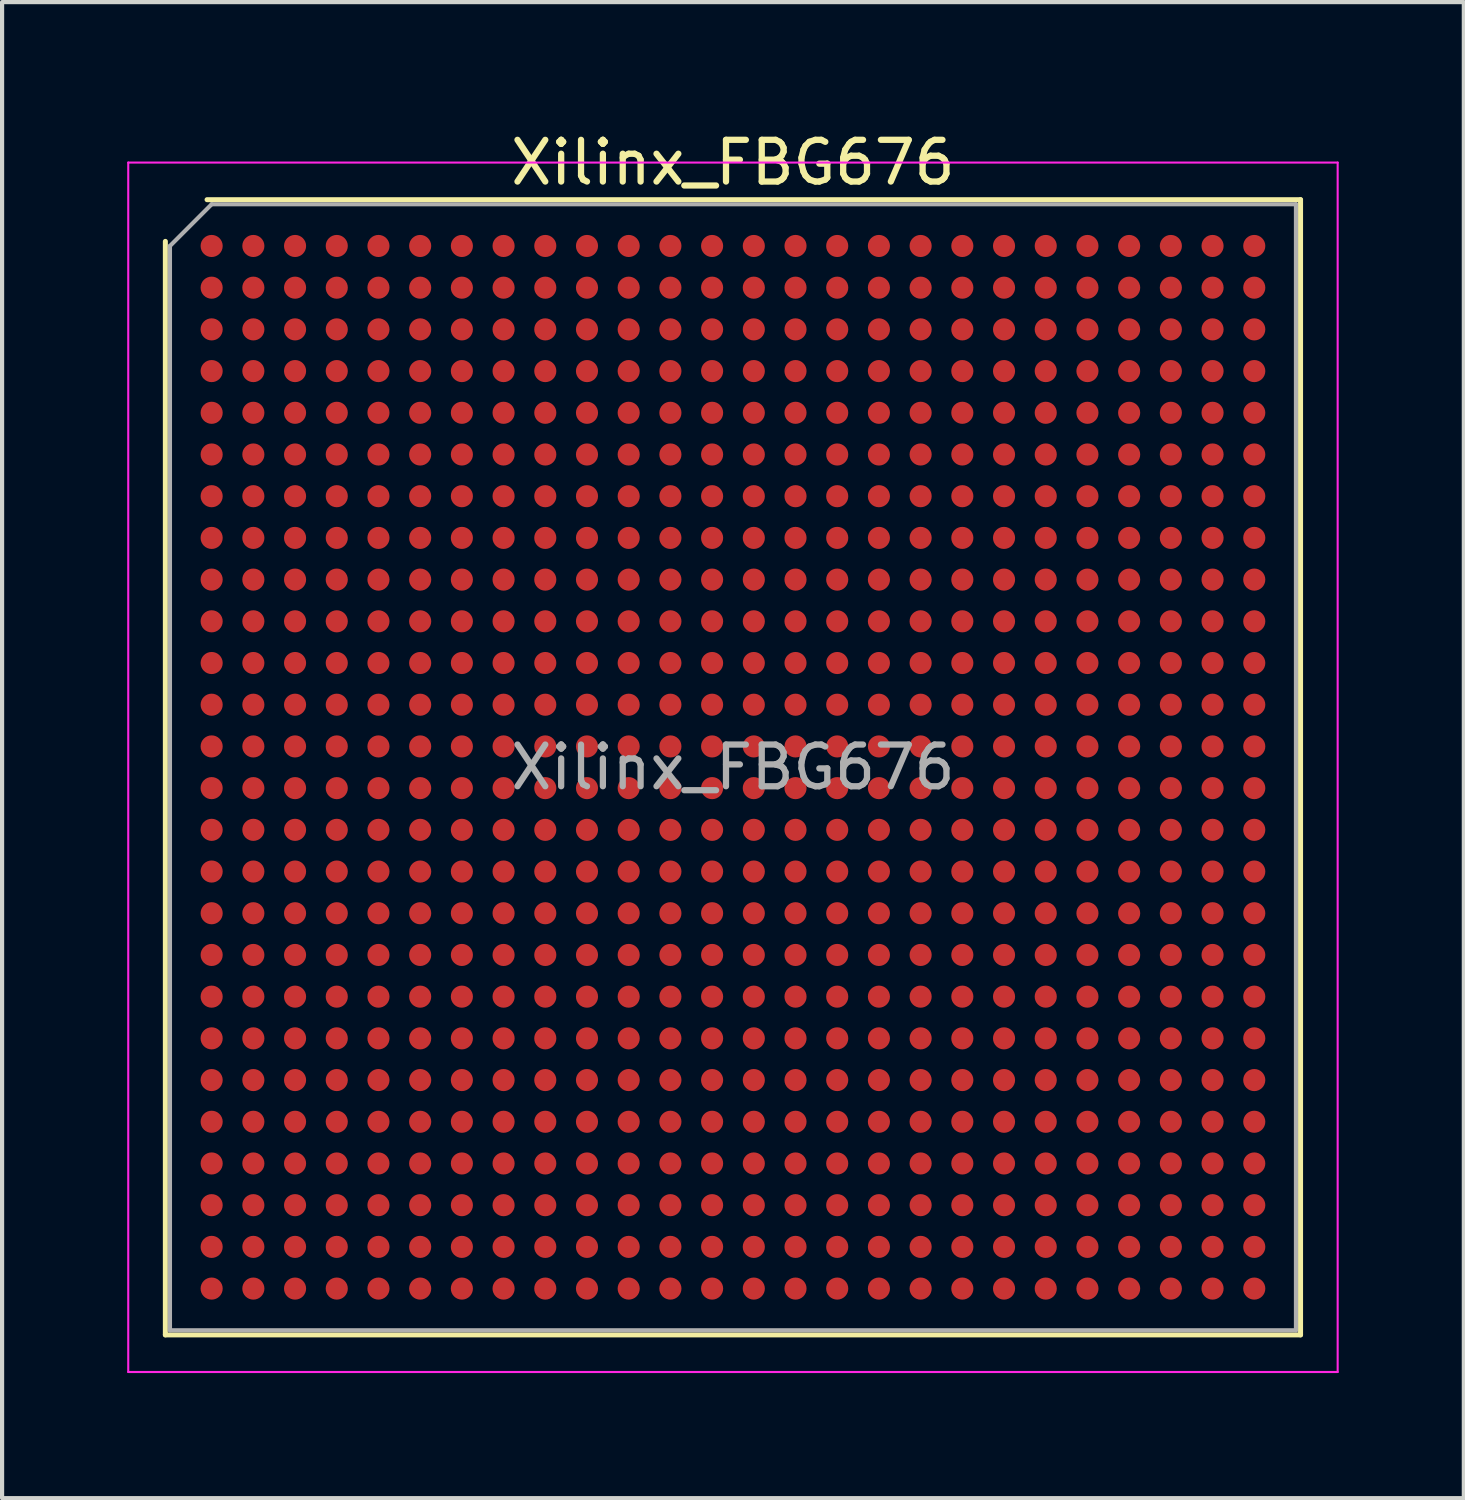
<source format=kicad_pcb>
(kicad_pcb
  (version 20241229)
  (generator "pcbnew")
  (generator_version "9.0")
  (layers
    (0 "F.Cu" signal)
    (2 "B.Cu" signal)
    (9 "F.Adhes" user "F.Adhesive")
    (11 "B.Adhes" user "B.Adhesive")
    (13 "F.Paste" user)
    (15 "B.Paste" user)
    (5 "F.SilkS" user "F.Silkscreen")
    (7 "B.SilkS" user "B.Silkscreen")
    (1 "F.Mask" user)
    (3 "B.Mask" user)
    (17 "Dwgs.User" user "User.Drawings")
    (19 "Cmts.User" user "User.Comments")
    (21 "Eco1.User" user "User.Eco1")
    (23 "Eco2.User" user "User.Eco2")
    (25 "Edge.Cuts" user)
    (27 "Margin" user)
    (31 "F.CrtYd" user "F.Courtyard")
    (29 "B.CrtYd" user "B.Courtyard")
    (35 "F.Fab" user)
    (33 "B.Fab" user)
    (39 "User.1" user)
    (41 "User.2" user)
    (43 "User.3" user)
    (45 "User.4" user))
  (footprint "Xilinx_FBG676"
    (layer "F.Cu")
    (at 14.525 15.348)
    (property "Reference" "Xilinx_FBG676" (at 0 -14.5 0) (layer "F.SilkS") (effects (font (size 1 1) (thickness 0.15))))
    (attr smd)
    (fp_line (start -13.61 13.61) (end -13.61 -12.61) (stroke (width 0.12) (type solid)) (layer "F.SilkS"))
    (fp_line (start -12.61 -13.61) (end 13.61 -13.61) (stroke (width 0.12) (type solid)) (layer "F.SilkS"))
    (fp_line (start 13.61 -13.61) (end 13.61 13.61) (stroke (width 0.12) (type solid)) (layer "F.SilkS"))
    (fp_line (start 13.61 13.61) (end -13.61 13.61) (stroke (width 0.12) (type solid)) (layer "F.SilkS"))
    (fp_line (start -14.5 -14.5) (end -14.5 14.5) (stroke (width 0.05) (type solid)) (layer "F.CrtYd"))
    (fp_line (start -14.5 14.5) (end 14.5 14.5) (stroke (width 0.05) (type solid)) (layer "F.CrtYd"))
    (fp_line (start 14.5 -14.5) (end -14.5 -14.5) (stroke (width 0.05) (type solid)) (layer "F.CrtYd"))
    (fp_line (start 14.5 14.5) (end 14.5 -14.5) (stroke (width 0.05) (type solid)) (layer "F.CrtYd"))
    (fp_line (start -13.5 -12.5) (end -12.5 -13.5) (stroke (width 0.1) (type solid)) (layer "F.Fab"))
    (fp_line (start -13.5 13.5) (end -13.5 -12.5) (stroke (width 0.1) (type solid)) (layer "F.Fab"))
    (fp_line (start -12.5 -13.5) (end 13.5 -13.5) (stroke (width 0.1) (type solid)) (layer "F.Fab"))
    (fp_line (start 13.5 -13.5) (end 13.5 13.5) (stroke (width 0.1) (type solid)) (layer "F.Fab"))
    (fp_line (start 13.5 13.5) (end -13.5 13.5) (stroke (width 0.1) (type solid)) (layer "F.Fab"))
    (fp_text user "${REFERENCE}" (at 0 0 0) (layer "F.Fab") (effects (font (size 1 1) (thickness 0.15))))
    (pad "A1" smd circle (at -12.5 -12.5) (size 0.53 0.53) (layers "F.Cu" "F.Mask" "F.Paste"))
    (pad "A2" smd circle (at -11.5 -12.5) (size 0.53 0.53) (layers "F.Cu" "F.Mask" "F.Paste"))
    (pad "A3" smd circle (at -10.5 -12.5) (size 0.53 0.53) (layers "F.Cu" "F.Mask" "F.Paste"))
    (pad "A4" smd circle (at -9.5 -12.5) (size 0.53 0.53) (layers "F.Cu" "F.Mask" "F.Paste"))
    (pad "A5" smd circle (at -8.5 -12.5) (size 0.53 0.53) (layers "F.Cu" "F.Mask" "F.Paste"))
    (pad "A6" smd circle (at -7.5 -12.5) (size 0.53 0.53) (layers "F.Cu" "F.Mask" "F.Paste"))
    (pad "A7" smd circle (at -6.5 -12.5) (size 0.53 0.53) (layers "F.Cu" "F.Mask" "F.Paste"))
    (pad "A8" smd circle (at -5.5 -12.5) (size 0.53 0.53) (layers "F.Cu" "F.Mask" "F.Paste"))
    (pad "A9" smd circle (at -4.5 -12.5) (size 0.53 0.53) (layers "F.Cu" "F.Mask" "F.Paste"))
    (pad "A10" smd circle (at -3.5 -12.5) (size 0.53 0.53) (layers "F.Cu" "F.Mask" "F.Paste"))
    (pad "A11" smd circle (at -2.5 -12.5) (size 0.53 0.53) (layers "F.Cu" "F.Mask" "F.Paste"))
    (pad "A12" smd circle (at -1.5 -12.5) (size 0.53 0.53) (layers "F.Cu" "F.Mask" "F.Paste"))
    (pad "A13" smd circle (at -0.5 -12.5) (size 0.53 0.53) (layers "F.Cu" "F.Mask" "F.Paste"))
    (pad "A14" smd circle (at 0.5 -12.5) (size 0.53 0.53) (layers "F.Cu" "F.Mask" "F.Paste"))
    (pad "A15" smd circle (at 1.5 -12.5) (size 0.53 0.53) (layers "F.Cu" "F.Mask" "F.Paste"))
    (pad "A16" smd circle (at 2.5 -12.5) (size 0.53 0.53) (layers "F.Cu" "F.Mask" "F.Paste"))
    (pad "A17" smd circle (at 3.5 -12.5) (size 0.53 0.53) (layers "F.Cu" "F.Mask" "F.Paste"))
    (pad "A18" smd circle (at 4.5 -12.5) (size 0.53 0.53) (layers "F.Cu" "F.Mask" "F.Paste"))
    (pad "A19" smd circle (at 5.5 -12.5) (size 0.53 0.53) (layers "F.Cu" "F.Mask" "F.Paste"))
    (pad "A20" smd circle (at 6.5 -12.5) (size 0.53 0.53) (layers "F.Cu" "F.Mask" "F.Paste"))
    (pad "A21" smd circle (at 7.5 -12.5) (size 0.53 0.53) (layers "F.Cu" "F.Mask" "F.Paste"))
    (pad "A22" smd circle (at 8.5 -12.5) (size 0.53 0.53) (layers "F.Cu" "F.Mask" "F.Paste"))
    (pad "A23" smd circle (at 9.5 -12.5) (size 0.53 0.53) (layers "F.Cu" "F.Mask" "F.Paste"))
    (pad "A24" smd circle (at 10.5 -12.5) (size 0.53 0.53) (layers "F.Cu" "F.Mask" "F.Paste"))
    (pad "A25" smd circle (at 11.5 -12.5) (size 0.53 0.53) (layers "F.Cu" "F.Mask" "F.Paste"))
    (pad "A26" smd circle (at 12.5 -12.5) (size 0.53 0.53) (layers "F.Cu" "F.Mask" "F.Paste"))
    (pad "AA1" smd circle (at -12.5 7.5) (size 0.53 0.53) (layers "F.Cu" "F.Mask" "F.Paste"))
    (pad "AA2" smd circle (at -11.5 7.5) (size 0.53 0.53) (layers "F.Cu" "F.Mask" "F.Paste"))
    (pad "AA3" smd circle (at -10.5 7.5) (size 0.53 0.53) (layers "F.Cu" "F.Mask" "F.Paste"))
    (pad "AA4" smd circle (at -9.5 7.5) (size 0.53 0.53) (layers "F.Cu" "F.Mask" "F.Paste"))
    (pad "AA5" smd circle (at -8.5 7.5) (size 0.53 0.53) (layers "F.Cu" "F.Mask" "F.Paste"))
    (pad "AA6" smd circle (at -7.5 7.5) (size 0.53 0.53) (layers "F.Cu" "F.Mask" "F.Paste"))
    (pad "AA7" smd circle (at -6.5 7.5) (size 0.53 0.53) (layers "F.Cu" "F.Mask" "F.Paste"))
    (pad "AA8" smd circle (at -5.5 7.5) (size 0.53 0.53) (layers "F.Cu" "F.Mask" "F.Paste"))
    (pad "AA9" smd circle (at -4.5 7.5) (size 0.53 0.53) (layers "F.Cu" "F.Mask" "F.Paste"))
    (pad "AA10" smd circle (at -3.5 7.5) (size 0.53 0.53) (layers "F.Cu" "F.Mask" "F.Paste"))
    (pad "AA11" smd circle (at -2.5 7.5) (size 0.53 0.53) (layers "F.Cu" "F.Mask" "F.Paste"))
    (pad "AA12" smd circle (at -1.5 7.5) (size 0.53 0.53) (layers "F.Cu" "F.Mask" "F.Paste"))
    (pad "AA13" smd circle (at -0.5 7.5) (size 0.53 0.53) (layers "F.Cu" "F.Mask" "F.Paste"))
    (pad "AA14" smd circle (at 0.5 7.5) (size 0.53 0.53) (layers "F.Cu" "F.Mask" "F.Paste"))
    (pad "AA15" smd circle (at 1.5 7.5) (size 0.53 0.53) (layers "F.Cu" "F.Mask" "F.Paste"))
    (pad "AA16" smd circle (at 2.5 7.5) (size 0.53 0.53) (layers "F.Cu" "F.Mask" "F.Paste"))
    (pad "AA17" smd circle (at 3.5 7.5) (size 0.53 0.53) (layers "F.Cu" "F.Mask" "F.Paste"))
    (pad "AA18" smd circle (at 4.5 7.5) (size 0.53 0.53) (layers "F.Cu" "F.Mask" "F.Paste"))
    (pad "AA19" smd circle (at 5.5 7.5) (size 0.53 0.53) (layers "F.Cu" "F.Mask" "F.Paste"))
    (pad "AA20" smd circle (at 6.5 7.5) (size 0.53 0.53) (layers "F.Cu" "F.Mask" "F.Paste"))
    (pad "AA21" smd circle (at 7.5 7.5) (size 0.53 0.53) (layers "F.Cu" "F.Mask" "F.Paste"))
    (pad "AA22" smd circle (at 8.5 7.5) (size 0.53 0.53) (layers "F.Cu" "F.Mask" "F.Paste"))
    (pad "AA23" smd circle (at 9.5 7.5) (size 0.53 0.53) (layers "F.Cu" "F.Mask" "F.Paste"))
    (pad "AA24" smd circle (at 10.5 7.5) (size 0.53 0.53) (layers "F.Cu" "F.Mask" "F.Paste"))
    (pad "AA25" smd circle (at 11.5 7.5) (size 0.53 0.53) (layers "F.Cu" "F.Mask" "F.Paste"))
    (pad "AA26" smd circle (at 12.5 7.5) (size 0.53 0.53) (layers "F.Cu" "F.Mask" "F.Paste"))
    (pad "AB1" smd circle (at -12.5 8.5) (size 0.53 0.53) (layers "F.Cu" "F.Mask" "F.Paste"))
    (pad "AB2" smd circle (at -11.5 8.5) (size 0.53 0.53) (layers "F.Cu" "F.Mask" "F.Paste"))
    (pad "AB3" smd circle (at -10.5 8.5) (size 0.53 0.53) (layers "F.Cu" "F.Mask" "F.Paste"))
    (pad "AB4" smd circle (at -9.5 8.5) (size 0.53 0.53) (layers "F.Cu" "F.Mask" "F.Paste"))
    (pad "AB5" smd circle (at -8.5 8.5) (size 0.53 0.53) (layers "F.Cu" "F.Mask" "F.Paste"))
    (pad "AB6" smd circle (at -7.5 8.5) (size 0.53 0.53) (layers "F.Cu" "F.Mask" "F.Paste"))
    (pad "AB7" smd circle (at -6.5 8.5) (size 0.53 0.53) (layers "F.Cu" "F.Mask" "F.Paste"))
    (pad "AB8" smd circle (at -5.5 8.5) (size 0.53 0.53) (layers "F.Cu" "F.Mask" "F.Paste"))
    (pad "AB9" smd circle (at -4.5 8.5) (size 0.53 0.53) (layers "F.Cu" "F.Mask" "F.Paste"))
    (pad "AB10" smd circle (at -3.5 8.5) (size 0.53 0.53) (layers "F.Cu" "F.Mask" "F.Paste"))
    (pad "AB11" smd circle (at -2.5 8.5) (size 0.53 0.53) (layers "F.Cu" "F.Mask" "F.Paste"))
    (pad "AB12" smd circle (at -1.5 8.5) (size 0.53 0.53) (layers "F.Cu" "F.Mask" "F.Paste"))
    (pad "AB13" smd circle (at -0.5 8.5) (size 0.53 0.53) (layers "F.Cu" "F.Mask" "F.Paste"))
    (pad "AB14" smd circle (at 0.5 8.5) (size 0.53 0.53) (layers "F.Cu" "F.Mask" "F.Paste"))
    (pad "AB15" smd circle (at 1.5 8.5) (size 0.53 0.53) (layers "F.Cu" "F.Mask" "F.Paste"))
    (pad "AB16" smd circle (at 2.5 8.5) (size 0.53 0.53) (layers "F.Cu" "F.Mask" "F.Paste"))
    (pad "AB17" smd circle (at 3.5 8.5) (size 0.53 0.53) (layers "F.Cu" "F.Mask" "F.Paste"))
    (pad "AB18" smd circle (at 4.5 8.5) (size 0.53 0.53) (layers "F.Cu" "F.Mask" "F.Paste"))
    (pad "AB19" smd circle (at 5.5 8.5) (size 0.53 0.53) (layers "F.Cu" "F.Mask" "F.Paste"))
    (pad "AB20" smd circle (at 6.5 8.5) (size 0.53 0.53) (layers "F.Cu" "F.Mask" "F.Paste"))
    (pad "AB21" smd circle (at 7.5 8.5) (size 0.53 0.53) (layers "F.Cu" "F.Mask" "F.Paste"))
    (pad "AB22" smd circle (at 8.5 8.5) (size 0.53 0.53) (layers "F.Cu" "F.Mask" "F.Paste"))
    (pad "AB23" smd circle (at 9.5 8.5) (size 0.53 0.53) (layers "F.Cu" "F.Mask" "F.Paste"))
    (pad "AB24" smd circle (at 10.5 8.5) (size 0.53 0.53) (layers "F.Cu" "F.Mask" "F.Paste"))
    (pad "AB25" smd circle (at 11.5 8.5) (size 0.53 0.53) (layers "F.Cu" "F.Mask" "F.Paste"))
    (pad "AB26" smd circle (at 12.5 8.5) (size 0.53 0.53) (layers "F.Cu" "F.Mask" "F.Paste"))
    (pad "AC1" smd circle (at -12.5 9.5) (size 0.53 0.53) (layers "F.Cu" "F.Mask" "F.Paste"))
    (pad "AC2" smd circle (at -11.5 9.5) (size 0.53 0.53) (layers "F.Cu" "F.Mask" "F.Paste"))
    (pad "AC3" smd circle (at -10.5 9.5) (size 0.53 0.53) (layers "F.Cu" "F.Mask" "F.Paste"))
    (pad "AC4" smd circle (at -9.5 9.5) (size 0.53 0.53) (layers "F.Cu" "F.Mask" "F.Paste"))
    (pad "AC5" smd circle (at -8.5 9.5) (size 0.53 0.53) (layers "F.Cu" "F.Mask" "F.Paste"))
    (pad "AC6" smd circle (at -7.5 9.5) (size 0.53 0.53) (layers "F.Cu" "F.Mask" "F.Paste"))
    (pad "AC7" smd circle (at -6.5 9.5) (size 0.53 0.53) (layers "F.Cu" "F.Mask" "F.Paste"))
    (pad "AC8" smd circle (at -5.5 9.5) (size 0.53 0.53) (layers "F.Cu" "F.Mask" "F.Paste"))
    (pad "AC9" smd circle (at -4.5 9.5) (size 0.53 0.53) (layers "F.Cu" "F.Mask" "F.Paste"))
    (pad "AC10" smd circle (at -3.5 9.5) (size 0.53 0.53) (layers "F.Cu" "F.Mask" "F.Paste"))
    (pad "AC11" smd circle (at -2.5 9.5) (size 0.53 0.53) (layers "F.Cu" "F.Mask" "F.Paste"))
    (pad "AC12" smd circle (at -1.5 9.5) (size 0.53 0.53) (layers "F.Cu" "F.Mask" "F.Paste"))
    (pad "AC13" smd circle (at -0.5 9.5) (size 0.53 0.53) (layers "F.Cu" "F.Mask" "F.Paste"))
    (pad "AC14" smd circle (at 0.5 9.5) (size 0.53 0.53) (layers "F.Cu" "F.Mask" "F.Paste"))
    (pad "AC15" smd circle (at 1.5 9.5) (size 0.53 0.53) (layers "F.Cu" "F.Mask" "F.Paste"))
    (pad "AC16" smd circle (at 2.5 9.5) (size 0.53 0.53) (layers "F.Cu" "F.Mask" "F.Paste"))
    (pad "AC17" smd circle (at 3.5 9.5) (size 0.53 0.53) (layers "F.Cu" "F.Mask" "F.Paste"))
    (pad "AC18" smd circle (at 4.5 9.5) (size 0.53 0.53) (layers "F.Cu" "F.Mask" "F.Paste"))
    (pad "AC19" smd circle (at 5.5 9.5) (size 0.53 0.53) (layers "F.Cu" "F.Mask" "F.Paste"))
    (pad "AC20" smd circle (at 6.5 9.5) (size 0.53 0.53) (layers "F.Cu" "F.Mask" "F.Paste"))
    (pad "AC21" smd circle (at 7.5 9.5) (size 0.53 0.53) (layers "F.Cu" "F.Mask" "F.Paste"))
    (pad "AC22" smd circle (at 8.5 9.5) (size 0.53 0.53) (layers "F.Cu" "F.Mask" "F.Paste"))
    (pad "AC23" smd circle (at 9.5 9.5) (size 0.53 0.53) (layers "F.Cu" "F.Mask" "F.Paste"))
    (pad "AC24" smd circle (at 10.5 9.5) (size 0.53 0.53) (layers "F.Cu" "F.Mask" "F.Paste"))
    (pad "AC25" smd circle (at 11.5 9.5) (size 0.53 0.53) (layers "F.Cu" "F.Mask" "F.Paste"))
    (pad "AC26" smd circle (at 12.5 9.5) (size 0.53 0.53) (layers "F.Cu" "F.Mask" "F.Paste"))
    (pad "AD1" smd circle (at -12.5 10.5) (size 0.53 0.53) (layers "F.Cu" "F.Mask" "F.Paste"))
    (pad "AD2" smd circle (at -11.5 10.5) (size 0.53 0.53) (layers "F.Cu" "F.Mask" "F.Paste"))
    (pad "AD3" smd circle (at -10.5 10.5) (size 0.53 0.53) (layers "F.Cu" "F.Mask" "F.Paste"))
    (pad "AD4" smd circle (at -9.5 10.5) (size 0.53 0.53) (layers "F.Cu" "F.Mask" "F.Paste"))
    (pad "AD5" smd circle (at -8.5 10.5) (size 0.53 0.53) (layers "F.Cu" "F.Mask" "F.Paste"))
    (pad "AD6" smd circle (at -7.5 10.5) (size 0.53 0.53) (layers "F.Cu" "F.Mask" "F.Paste"))
    (pad "AD7" smd circle (at -6.5 10.5) (size 0.53 0.53) (layers "F.Cu" "F.Mask" "F.Paste"))
    (pad "AD8" smd circle (at -5.5 10.5) (size 0.53 0.53) (layers "F.Cu" "F.Mask" "F.Paste"))
    (pad "AD9" smd circle (at -4.5 10.5) (size 0.53 0.53) (layers "F.Cu" "F.Mask" "F.Paste"))
    (pad "AD10" smd circle (at -3.5 10.5) (size 0.53 0.53) (layers "F.Cu" "F.Mask" "F.Paste"))
    (pad "AD11" smd circle (at -2.5 10.5) (size 0.53 0.53) (layers "F.Cu" "F.Mask" "F.Paste"))
    (pad "AD12" smd circle (at -1.5 10.5) (size 0.53 0.53) (layers "F.Cu" "F.Mask" "F.Paste"))
    (pad "AD13" smd circle (at -0.5 10.5) (size 0.53 0.53) (layers "F.Cu" "F.Mask" "F.Paste"))
    (pad "AD14" smd circle (at 0.5 10.5) (size 0.53 0.53) (layers "F.Cu" "F.Mask" "F.Paste"))
    (pad "AD15" smd circle (at 1.5 10.5) (size 0.53 0.53) (layers "F.Cu" "F.Mask" "F.Paste"))
    (pad "AD16" smd circle (at 2.5 10.5) (size 0.53 0.53) (layers "F.Cu" "F.Mask" "F.Paste"))
    (pad "AD17" smd circle (at 3.5 10.5) (size 0.53 0.53) (layers "F.Cu" "F.Mask" "F.Paste"))
    (pad "AD18" smd circle (at 4.5 10.5) (size 0.53 0.53) (layers "F.Cu" "F.Mask" "F.Paste"))
    (pad "AD19" smd circle (at 5.5 10.5) (size 0.53 0.53) (layers "F.Cu" "F.Mask" "F.Paste"))
    (pad "AD20" smd circle (at 6.5 10.5) (size 0.53 0.53) (layers "F.Cu" "F.Mask" "F.Paste"))
    (pad "AD21" smd circle (at 7.5 10.5) (size 0.53 0.53) (layers "F.Cu" "F.Mask" "F.Paste"))
    (pad "AD22" smd circle (at 8.5 10.5) (size 0.53 0.53) (layers "F.Cu" "F.Mask" "F.Paste"))
    (pad "AD23" smd circle (at 9.5 10.5) (size 0.53 0.53) (layers "F.Cu" "F.Mask" "F.Paste"))
    (pad "AD24" smd circle (at 10.5 10.5) (size 0.53 0.53) (layers "F.Cu" "F.Mask" "F.Paste"))
    (pad "AD25" smd circle (at 11.5 10.5) (size 0.53 0.53) (layers "F.Cu" "F.Mask" "F.Paste"))
    (pad "AD26" smd circle (at 12.5 10.5) (size 0.53 0.53) (layers "F.Cu" "F.Mask" "F.Paste"))
    (pad "AE1" smd circle (at -12.5 11.5) (size 0.53 0.53) (layers "F.Cu" "F.Mask" "F.Paste"))
    (pad "AE2" smd circle (at -11.5 11.5) (size 0.53 0.53) (layers "F.Cu" "F.Mask" "F.Paste"))
    (pad "AE3" smd circle (at -10.5 11.5) (size 0.53 0.53) (layers "F.Cu" "F.Mask" "F.Paste"))
    (pad "AE4" smd circle (at -9.5 11.5) (size 0.53 0.53) (layers "F.Cu" "F.Mask" "F.Paste"))
    (pad "AE5" smd circle (at -8.5 11.5) (size 0.53 0.53) (layers "F.Cu" "F.Mask" "F.Paste"))
    (pad "AE6" smd circle (at -7.5 11.5) (size 0.53 0.53) (layers "F.Cu" "F.Mask" "F.Paste"))
    (pad "AE7" smd circle (at -6.5 11.5) (size 0.53 0.53) (layers "F.Cu" "F.Mask" "F.Paste"))
    (pad "AE8" smd circle (at -5.5 11.5) (size 0.53 0.53) (layers "F.Cu" "F.Mask" "F.Paste"))
    (pad "AE9" smd circle (at -4.5 11.5) (size 0.53 0.53) (layers "F.Cu" "F.Mask" "F.Paste"))
    (pad "AE10" smd circle (at -3.5 11.5) (size 0.53 0.53) (layers "F.Cu" "F.Mask" "F.Paste"))
    (pad "AE11" smd circle (at -2.5 11.5) (size 0.53 0.53) (layers "F.Cu" "F.Mask" "F.Paste"))
    (pad "AE12" smd circle (at -1.5 11.5) (size 0.53 0.53) (layers "F.Cu" "F.Mask" "F.Paste"))
    (pad "AE13" smd circle (at -0.5 11.5) (size 0.53 0.53) (layers "F.Cu" "F.Mask" "F.Paste"))
    (pad "AE14" smd circle (at 0.5 11.5) (size 0.53 0.53) (layers "F.Cu" "F.Mask" "F.Paste"))
    (pad "AE15" smd circle (at 1.5 11.5) (size 0.53 0.53) (layers "F.Cu" "F.Mask" "F.Paste"))
    (pad "AE16" smd circle (at 2.5 11.5) (size 0.53 0.53) (layers "F.Cu" "F.Mask" "F.Paste"))
    (pad "AE17" smd circle (at 3.5 11.5) (size 0.53 0.53) (layers "F.Cu" "F.Mask" "F.Paste"))
    (pad "AE18" smd circle (at 4.5 11.5) (size 0.53 0.53) (layers "F.Cu" "F.Mask" "F.Paste"))
    (pad "AE19" smd circle (at 5.5 11.5) (size 0.53 0.53) (layers "F.Cu" "F.Mask" "F.Paste"))
    (pad "AE20" smd circle (at 6.5 11.5) (size 0.53 0.53) (layers "F.Cu" "F.Mask" "F.Paste"))
    (pad "AE21" smd circle (at 7.5 11.5) (size 0.53 0.53) (layers "F.Cu" "F.Mask" "F.Paste"))
    (pad "AE22" smd circle (at 8.5 11.5) (size 0.53 0.53) (layers "F.Cu" "F.Mask" "F.Paste"))
    (pad "AE23" smd circle (at 9.5 11.5) (size 0.53 0.53) (layers "F.Cu" "F.Mask" "F.Paste"))
    (pad "AE24" smd circle (at 10.5 11.5) (size 0.53 0.53) (layers "F.Cu" "F.Mask" "F.Paste"))
    (pad "AE25" smd circle (at 11.5 11.5) (size 0.53 0.53) (layers "F.Cu" "F.Mask" "F.Paste"))
    (pad "AE26" smd circle (at 12.5 11.5) (size 0.53 0.53) (layers "F.Cu" "F.Mask" "F.Paste"))
    (pad "AF1" smd circle (at -12.5 12.5) (size 0.53 0.53) (layers "F.Cu" "F.Mask" "F.Paste"))
    (pad "AF2" smd circle (at -11.5 12.5) (size 0.53 0.53) (layers "F.Cu" "F.Mask" "F.Paste"))
    (pad "AF3" smd circle (at -10.5 12.5) (size 0.53 0.53) (layers "F.Cu" "F.Mask" "F.Paste"))
    (pad "AF4" smd circle (at -9.5 12.5) (size 0.53 0.53) (layers "F.Cu" "F.Mask" "F.Paste"))
    (pad "AF5" smd circle (at -8.5 12.5) (size 0.53 0.53) (layers "F.Cu" "F.Mask" "F.Paste"))
    (pad "AF6" smd circle (at -7.5 12.5) (size 0.53 0.53) (layers "F.Cu" "F.Mask" "F.Paste"))
    (pad "AF7" smd circle (at -6.5 12.5) (size 0.53 0.53) (layers "F.Cu" "F.Mask" "F.Paste"))
    (pad "AF8" smd circle (at -5.5 12.5) (size 0.53 0.53) (layers "F.Cu" "F.Mask" "F.Paste"))
    (pad "AF9" smd circle (at -4.5 12.5) (size 0.53 0.53) (layers "F.Cu" "F.Mask" "F.Paste"))
    (pad "AF10" smd circle (at -3.5 12.5) (size 0.53 0.53) (layers "F.Cu" "F.Mask" "F.Paste"))
    (pad "AF11" smd circle (at -2.5 12.5) (size 0.53 0.53) (layers "F.Cu" "F.Mask" "F.Paste"))
    (pad "AF12" smd circle (at -1.5 12.5) (size 0.53 0.53) (layers "F.Cu" "F.Mask" "F.Paste"))
    (pad "AF13" smd circle (at -0.5 12.5) (size 0.53 0.53) (layers "F.Cu" "F.Mask" "F.Paste"))
    (pad "AF14" smd circle (at 0.5 12.5) (size 0.53 0.53) (layers "F.Cu" "F.Mask" "F.Paste"))
    (pad "AF15" smd circle (at 1.5 12.5) (size 0.53 0.53) (layers "F.Cu" "F.Mask" "F.Paste"))
    (pad "AF16" smd circle (at 2.5 12.5) (size 0.53 0.53) (layers "F.Cu" "F.Mask" "F.Paste"))
    (pad "AF17" smd circle (at 3.5 12.5) (size 0.53 0.53) (layers "F.Cu" "F.Mask" "F.Paste"))
    (pad "AF18" smd circle (at 4.5 12.5) (size 0.53 0.53) (layers "F.Cu" "F.Mask" "F.Paste"))
    (pad "AF19" smd circle (at 5.5 12.5) (size 0.53 0.53) (layers "F.Cu" "F.Mask" "F.Paste"))
    (pad "AF20" smd circle (at 6.5 12.5) (size 0.53 0.53) (layers "F.Cu" "F.Mask" "F.Paste"))
    (pad "AF21" smd circle (at 7.5 12.5) (size 0.53 0.53) (layers "F.Cu" "F.Mask" "F.Paste"))
    (pad "AF22" smd circle (at 8.5 12.5) (size 0.53 0.53) (layers "F.Cu" "F.Mask" "F.Paste"))
    (pad "AF23" smd circle (at 9.5 12.5) (size 0.53 0.53) (layers "F.Cu" "F.Mask" "F.Paste"))
    (pad "AF24" smd circle (at 10.5 12.5) (size 0.53 0.53) (layers "F.Cu" "F.Mask" "F.Paste"))
    (pad "AF25" smd circle (at 11.5 12.5) (size 0.53 0.53) (layers "F.Cu" "F.Mask" "F.Paste"))
    (pad "AF26" smd circle (at 12.5 12.5) (size 0.53 0.53) (layers "F.Cu" "F.Mask" "F.Paste"))
    (pad "B1" smd circle (at -12.5 -11.5) (size 0.53 0.53) (layers "F.Cu" "F.Mask" "F.Paste"))
    (pad "B2" smd circle (at -11.5 -11.5) (size 0.53 0.53) (layers "F.Cu" "F.Mask" "F.Paste"))
    (pad "B3" smd circle (at -10.5 -11.5) (size 0.53 0.53) (layers "F.Cu" "F.Mask" "F.Paste"))
    (pad "B4" smd circle (at -9.5 -11.5) (size 0.53 0.53) (layers "F.Cu" "F.Mask" "F.Paste"))
    (pad "B5" smd circle (at -8.5 -11.5) (size 0.53 0.53) (layers "F.Cu" "F.Mask" "F.Paste"))
    (pad "B6" smd circle (at -7.5 -11.5) (size 0.53 0.53) (layers "F.Cu" "F.Mask" "F.Paste"))
    (pad "B7" smd circle (at -6.5 -11.5) (size 0.53 0.53) (layers "F.Cu" "F.Mask" "F.Paste"))
    (pad "B8" smd circle (at -5.5 -11.5) (size 0.53 0.53) (layers "F.Cu" "F.Mask" "F.Paste"))
    (pad "B9" smd circle (at -4.5 -11.5) (size 0.53 0.53) (layers "F.Cu" "F.Mask" "F.Paste"))
    (pad "B10" smd circle (at -3.5 -11.5) (size 0.53 0.53) (layers "F.Cu" "F.Mask" "F.Paste"))
    (pad "B11" smd circle (at -2.5 -11.5) (size 0.53 0.53) (layers "F.Cu" "F.Mask" "F.Paste"))
    (pad "B12" smd circle (at -1.5 -11.5) (size 0.53 0.53) (layers "F.Cu" "F.Mask" "F.Paste"))
    (pad "B13" smd circle (at -0.5 -11.5) (size 0.53 0.53) (layers "F.Cu" "F.Mask" "F.Paste"))
    (pad "B14" smd circle (at 0.5 -11.5) (size 0.53 0.53) (layers "F.Cu" "F.Mask" "F.Paste"))
    (pad "B15" smd circle (at 1.5 -11.5) (size 0.53 0.53) (layers "F.Cu" "F.Mask" "F.Paste"))
    (pad "B16" smd circle (at 2.5 -11.5) (size 0.53 0.53) (layers "F.Cu" "F.Mask" "F.Paste"))
    (pad "B17" smd circle (at 3.5 -11.5) (size 0.53 0.53) (layers "F.Cu" "F.Mask" "F.Paste"))
    (pad "B18" smd circle (at 4.5 -11.5) (size 0.53 0.53) (layers "F.Cu" "F.Mask" "F.Paste"))
    (pad "B19" smd circle (at 5.5 -11.5) (size 0.53 0.53) (layers "F.Cu" "F.Mask" "F.Paste"))
    (pad "B20" smd circle (at 6.5 -11.5) (size 0.53 0.53) (layers "F.Cu" "F.Mask" "F.Paste"))
    (pad "B21" smd circle (at 7.5 -11.5) (size 0.53 0.53) (layers "F.Cu" "F.Mask" "F.Paste"))
    (pad "B22" smd circle (at 8.5 -11.5) (size 0.53 0.53) (layers "F.Cu" "F.Mask" "F.Paste"))
    (pad "B23" smd circle (at 9.5 -11.5) (size 0.53 0.53) (layers "F.Cu" "F.Mask" "F.Paste"))
    (pad "B24" smd circle (at 10.5 -11.5) (size 0.53 0.53) (layers "F.Cu" "F.Mask" "F.Paste"))
    (pad "B25" smd circle (at 11.5 -11.5) (size 0.53 0.53) (layers "F.Cu" "F.Mask" "F.Paste"))
    (pad "B26" smd circle (at 12.5 -11.5) (size 0.53 0.53) (layers "F.Cu" "F.Mask" "F.Paste"))
    (pad "C1" smd circle (at -12.5 -10.5) (size 0.53 0.53) (layers "F.Cu" "F.Mask" "F.Paste"))
    (pad "C2" smd circle (at -11.5 -10.5) (size 0.53 0.53) (layers "F.Cu" "F.Mask" "F.Paste"))
    (pad "C3" smd circle (at -10.5 -10.5) (size 0.53 0.53) (layers "F.Cu" "F.Mask" "F.Paste"))
    (pad "C4" smd circle (at -9.5 -10.5) (size 0.53 0.53) (layers "F.Cu" "F.Mask" "F.Paste"))
    (pad "C5" smd circle (at -8.5 -10.5) (size 0.53 0.53) (layers "F.Cu" "F.Mask" "F.Paste"))
    (pad "C6" smd circle (at -7.5 -10.5) (size 0.53 0.53) (layers "F.Cu" "F.Mask" "F.Paste"))
    (pad "C7" smd circle (at -6.5 -10.5) (size 0.53 0.53) (layers "F.Cu" "F.Mask" "F.Paste"))
    (pad "C8" smd circle (at -5.5 -10.5) (size 0.53 0.53) (layers "F.Cu" "F.Mask" "F.Paste"))
    (pad "C9" smd circle (at -4.5 -10.5) (size 0.53 0.53) (layers "F.Cu" "F.Mask" "F.Paste"))
    (pad "C10" smd circle (at -3.5 -10.5) (size 0.53 0.53) (layers "F.Cu" "F.Mask" "F.Paste"))
    (pad "C11" smd circle (at -2.5 -10.5) (size 0.53 0.53) (layers "F.Cu" "F.Mask" "F.Paste"))
    (pad "C12" smd circle (at -1.5 -10.5) (size 0.53 0.53) (layers "F.Cu" "F.Mask" "F.Paste"))
    (pad "C13" smd circle (at -0.5 -10.5) (size 0.53 0.53) (layers "F.Cu" "F.Mask" "F.Paste"))
    (pad "C14" smd circle (at 0.5 -10.5) (size 0.53 0.53) (layers "F.Cu" "F.Mask" "F.Paste"))
    (pad "C15" smd circle (at 1.5 -10.5) (size 0.53 0.53) (layers "F.Cu" "F.Mask" "F.Paste"))
    (pad "C16" smd circle (at 2.5 -10.5) (size 0.53 0.53) (layers "F.Cu" "F.Mask" "F.Paste"))
    (pad "C17" smd circle (at 3.5 -10.5) (size 0.53 0.53) (layers "F.Cu" "F.Mask" "F.Paste"))
    (pad "C18" smd circle (at 4.5 -10.5) (size 0.53 0.53) (layers "F.Cu" "F.Mask" "F.Paste"))
    (pad "C19" smd circle (at 5.5 -10.5) (size 0.53 0.53) (layers "F.Cu" "F.Mask" "F.Paste"))
    (pad "C20" smd circle (at 6.5 -10.5) (size 0.53 0.53) (layers "F.Cu" "F.Mask" "F.Paste"))
    (pad "C21" smd circle (at 7.5 -10.5) (size 0.53 0.53) (layers "F.Cu" "F.Mask" "F.Paste"))
    (pad "C22" smd circle (at 8.5 -10.5) (size 0.53 0.53) (layers "F.Cu" "F.Mask" "F.Paste"))
    (pad "C23" smd circle (at 9.5 -10.5) (size 0.53 0.53) (layers "F.Cu" "F.Mask" "F.Paste"))
    (pad "C24" smd circle (at 10.5 -10.5) (size 0.53 0.53) (layers "F.Cu" "F.Mask" "F.Paste"))
    (pad "C25" smd circle (at 11.5 -10.5) (size 0.53 0.53) (layers "F.Cu" "F.Mask" "F.Paste"))
    (pad "C26" smd circle (at 12.5 -10.5) (size 0.53 0.53) (layers "F.Cu" "F.Mask" "F.Paste"))
    (pad "D1" smd circle (at -12.5 -9.5) (size 0.53 0.53) (layers "F.Cu" "F.Mask" "F.Paste"))
    (pad "D2" smd circle (at -11.5 -9.5) (size 0.53 0.53) (layers "F.Cu" "F.Mask" "F.Paste"))
    (pad "D3" smd circle (at -10.5 -9.5) (size 0.53 0.53) (layers "F.Cu" "F.Mask" "F.Paste"))
    (pad "D4" smd circle (at -9.5 -9.5) (size 0.53 0.53) (layers "F.Cu" "F.Mask" "F.Paste"))
    (pad "D5" smd circle (at -8.5 -9.5) (size 0.53 0.53) (layers "F.Cu" "F.Mask" "F.Paste"))
    (pad "D6" smd circle (at -7.5 -9.5) (size 0.53 0.53) (layers "F.Cu" "F.Mask" "F.Paste"))
    (pad "D7" smd circle (at -6.5 -9.5) (size 0.53 0.53) (layers "F.Cu" "F.Mask" "F.Paste"))
    (pad "D8" smd circle (at -5.5 -9.5) (size 0.53 0.53) (layers "F.Cu" "F.Mask" "F.Paste"))
    (pad "D9" smd circle (at -4.5 -9.5) (size 0.53 0.53) (layers "F.Cu" "F.Mask" "F.Paste"))
    (pad "D10" smd circle (at -3.5 -9.5) (size 0.53 0.53) (layers "F.Cu" "F.Mask" "F.Paste"))
    (pad "D11" smd circle (at -2.5 -9.5) (size 0.53 0.53) (layers "F.Cu" "F.Mask" "F.Paste"))
    (pad "D12" smd circle (at -1.5 -9.5) (size 0.53 0.53) (layers "F.Cu" "F.Mask" "F.Paste"))
    (pad "D13" smd circle (at -0.5 -9.5) (size 0.53 0.53) (layers "F.Cu" "F.Mask" "F.Paste"))
    (pad "D14" smd circle (at 0.5 -9.5) (size 0.53 0.53) (layers "F.Cu" "F.Mask" "F.Paste"))
    (pad "D15" smd circle (at 1.5 -9.5) (size 0.53 0.53) (layers "F.Cu" "F.Mask" "F.Paste"))
    (pad "D16" smd circle (at 2.5 -9.5) (size 0.53 0.53) (layers "F.Cu" "F.Mask" "F.Paste"))
    (pad "D17" smd circle (at 3.5 -9.5) (size 0.53 0.53) (layers "F.Cu" "F.Mask" "F.Paste"))
    (pad "D18" smd circle (at 4.5 -9.5) (size 0.53 0.53) (layers "F.Cu" "F.Mask" "F.Paste"))
    (pad "D19" smd circle (at 5.5 -9.5) (size 0.53 0.53) (layers "F.Cu" "F.Mask" "F.Paste"))
    (pad "D20" smd circle (at 6.5 -9.5) (size 0.53 0.53) (layers "F.Cu" "F.Mask" "F.Paste"))
    (pad "D21" smd circle (at 7.5 -9.5) (size 0.53 0.53) (layers "F.Cu" "F.Mask" "F.Paste"))
    (pad "D22" smd circle (at 8.5 -9.5) (size 0.53 0.53) (layers "F.Cu" "F.Mask" "F.Paste"))
    (pad "D23" smd circle (at 9.5 -9.5) (size 0.53 0.53) (layers "F.Cu" "F.Mask" "F.Paste"))
    (pad "D24" smd circle (at 10.5 -9.5) (size 0.53 0.53) (layers "F.Cu" "F.Mask" "F.Paste"))
    (pad "D25" smd circle (at 11.5 -9.5) (size 0.53 0.53) (layers "F.Cu" "F.Mask" "F.Paste"))
    (pad "D26" smd circle (at 12.5 -9.5) (size 0.53 0.53) (layers "F.Cu" "F.Mask" "F.Paste"))
    (pad "E1" smd circle (at -12.5 -8.5) (size 0.53 0.53) (layers "F.Cu" "F.Mask" "F.Paste"))
    (pad "E2" smd circle (at -11.5 -8.5) (size 0.53 0.53) (layers "F.Cu" "F.Mask" "F.Paste"))
    (pad "E3" smd circle (at -10.5 -8.5) (size 0.53 0.53) (layers "F.Cu" "F.Mask" "F.Paste"))
    (pad "E4" smd circle (at -9.5 -8.5) (size 0.53 0.53) (layers "F.Cu" "F.Mask" "F.Paste"))
    (pad "E5" smd circle (at -8.5 -8.5) (size 0.53 0.53) (layers "F.Cu" "F.Mask" "F.Paste"))
    (pad "E6" smd circle (at -7.5 -8.5) (size 0.53 0.53) (layers "F.Cu" "F.Mask" "F.Paste"))
    (pad "E7" smd circle (at -6.5 -8.5) (size 0.53 0.53) (layers "F.Cu" "F.Mask" "F.Paste"))
    (pad "E8" smd circle (at -5.5 -8.5) (size 0.53 0.53) (layers "F.Cu" "F.Mask" "F.Paste"))
    (pad "E9" smd circle (at -4.5 -8.5) (size 0.53 0.53) (layers "F.Cu" "F.Mask" "F.Paste"))
    (pad "E10" smd circle (at -3.5 -8.5) (size 0.53 0.53) (layers "F.Cu" "F.Mask" "F.Paste"))
    (pad "E11" smd circle (at -2.5 -8.5) (size 0.53 0.53) (layers "F.Cu" "F.Mask" "F.Paste"))
    (pad "E12" smd circle (at -1.5 -8.5) (size 0.53 0.53) (layers "F.Cu" "F.Mask" "F.Paste"))
    (pad "E13" smd circle (at -0.5 -8.5) (size 0.53 0.53) (layers "F.Cu" "F.Mask" "F.Paste"))
    (pad "E14" smd circle (at 0.5 -8.5) (size 0.53 0.53) (layers "F.Cu" "F.Mask" "F.Paste"))
    (pad "E15" smd circle (at 1.5 -8.5) (size 0.53 0.53) (layers "F.Cu" "F.Mask" "F.Paste"))
    (pad "E16" smd circle (at 2.5 -8.5) (size 0.53 0.53) (layers "F.Cu" "F.Mask" "F.Paste"))
    (pad "E17" smd circle (at 3.5 -8.5) (size 0.53 0.53) (layers "F.Cu" "F.Mask" "F.Paste"))
    (pad "E18" smd circle (at 4.5 -8.5) (size 0.53 0.53) (layers "F.Cu" "F.Mask" "F.Paste"))
    (pad "E19" smd circle (at 5.5 -8.5) (size 0.53 0.53) (layers "F.Cu" "F.Mask" "F.Paste"))
    (pad "E20" smd circle (at 6.5 -8.5) (size 0.53 0.53) (layers "F.Cu" "F.Mask" "F.Paste"))
    (pad "E21" smd circle (at 7.5 -8.5) (size 0.53 0.53) (layers "F.Cu" "F.Mask" "F.Paste"))
    (pad "E22" smd circle (at 8.5 -8.5) (size 0.53 0.53) (layers "F.Cu" "F.Mask" "F.Paste"))
    (pad "E23" smd circle (at 9.5 -8.5) (size 0.53 0.53) (layers "F.Cu" "F.Mask" "F.Paste"))
    (pad "E24" smd circle (at 10.5 -8.5) (size 0.53 0.53) (layers "F.Cu" "F.Mask" "F.Paste"))
    (pad "E25" smd circle (at 11.5 -8.5) (size 0.53 0.53) (layers "F.Cu" "F.Mask" "F.Paste"))
    (pad "E26" smd circle (at 12.5 -8.5) (size 0.53 0.53) (layers "F.Cu" "F.Mask" "F.Paste"))
    (pad "F1" smd circle (at -12.5 -7.5) (size 0.53 0.53) (layers "F.Cu" "F.Mask" "F.Paste"))
    (pad "F2" smd circle (at -11.5 -7.5) (size 0.53 0.53) (layers "F.Cu" "F.Mask" "F.Paste"))
    (pad "F3" smd circle (at -10.5 -7.5) (size 0.53 0.53) (layers "F.Cu" "F.Mask" "F.Paste"))
    (pad "F4" smd circle (at -9.5 -7.5) (size 0.53 0.53) (layers "F.Cu" "F.Mask" "F.Paste"))
    (pad "F5" smd circle (at -8.5 -7.5) (size 0.53 0.53) (layers "F.Cu" "F.Mask" "F.Paste"))
    (pad "F6" smd circle (at -7.5 -7.5) (size 0.53 0.53) (layers "F.Cu" "F.Mask" "F.Paste"))
    (pad "F7" smd circle (at -6.5 -7.5) (size 0.53 0.53) (layers "F.Cu" "F.Mask" "F.Paste"))
    (pad "F8" smd circle (at -5.5 -7.5) (size 0.53 0.53) (layers "F.Cu" "F.Mask" "F.Paste"))
    (pad "F9" smd circle (at -4.5 -7.5) (size 0.53 0.53) (layers "F.Cu" "F.Mask" "F.Paste"))
    (pad "F10" smd circle (at -3.5 -7.5) (size 0.53 0.53) (layers "F.Cu" "F.Mask" "F.Paste"))
    (pad "F11" smd circle (at -2.5 -7.5) (size 0.53 0.53) (layers "F.Cu" "F.Mask" "F.Paste"))
    (pad "F12" smd circle (at -1.5 -7.5) (size 0.53 0.53) (layers "F.Cu" "F.Mask" "F.Paste"))
    (pad "F13" smd circle (at -0.5 -7.5) (size 0.53 0.53) (layers "F.Cu" "F.Mask" "F.Paste"))
    (pad "F14" smd circle (at 0.5 -7.5) (size 0.53 0.53) (layers "F.Cu" "F.Mask" "F.Paste"))
    (pad "F15" smd circle (at 1.5 -7.5) (size 0.53 0.53) (layers "F.Cu" "F.Mask" "F.Paste"))
    (pad "F16" smd circle (at 2.5 -7.5) (size 0.53 0.53) (layers "F.Cu" "F.Mask" "F.Paste"))
    (pad "F17" smd circle (at 3.5 -7.5) (size 0.53 0.53) (layers "F.Cu" "F.Mask" "F.Paste"))
    (pad "F18" smd circle (at 4.5 -7.5) (size 0.53 0.53) (layers "F.Cu" "F.Mask" "F.Paste"))
    (pad "F19" smd circle (at 5.5 -7.5) (size 0.53 0.53) (layers "F.Cu" "F.Mask" "F.Paste"))
    (pad "F20" smd circle (at 6.5 -7.5) (size 0.53 0.53) (layers "F.Cu" "F.Mask" "F.Paste"))
    (pad "F21" smd circle (at 7.5 -7.5) (size 0.53 0.53) (layers "F.Cu" "F.Mask" "F.Paste"))
    (pad "F22" smd circle (at 8.5 -7.5) (size 0.53 0.53) (layers "F.Cu" "F.Mask" "F.Paste"))
    (pad "F23" smd circle (at 9.5 -7.5) (size 0.53 0.53) (layers "F.Cu" "F.Mask" "F.Paste"))
    (pad "F24" smd circle (at 10.5 -7.5) (size 0.53 0.53) (layers "F.Cu" "F.Mask" "F.Paste"))
    (pad "F25" smd circle (at 11.5 -7.5) (size 0.53 0.53) (layers "F.Cu" "F.Mask" "F.Paste"))
    (pad "F26" smd circle (at 12.5 -7.5) (size 0.53 0.53) (layers "F.Cu" "F.Mask" "F.Paste"))
    (pad "G1" smd circle (at -12.5 -6.5) (size 0.53 0.53) (layers "F.Cu" "F.Mask" "F.Paste"))
    (pad "G2" smd circle (at -11.5 -6.5) (size 0.53 0.53) (layers "F.Cu" "F.Mask" "F.Paste"))
    (pad "G3" smd circle (at -10.5 -6.5) (size 0.53 0.53) (layers "F.Cu" "F.Mask" "F.Paste"))
    (pad "G4" smd circle (at -9.5 -6.5) (size 0.53 0.53) (layers "F.Cu" "F.Mask" "F.Paste"))
    (pad "G5" smd circle (at -8.5 -6.5) (size 0.53 0.53) (layers "F.Cu" "F.Mask" "F.Paste"))
    (pad "G6" smd circle (at -7.5 -6.5) (size 0.53 0.53) (layers "F.Cu" "F.Mask" "F.Paste"))
    (pad "G7" smd circle (at -6.5 -6.5) (size 0.53 0.53) (layers "F.Cu" "F.Mask" "F.Paste"))
    (pad "G8" smd circle (at -5.5 -6.5) (size 0.53 0.53) (layers "F.Cu" "F.Mask" "F.Paste"))
    (pad "G9" smd circle (at -4.5 -6.5) (size 0.53 0.53) (layers "F.Cu" "F.Mask" "F.Paste"))
    (pad "G10" smd circle (at -3.5 -6.5) (size 0.53 0.53) (layers "F.Cu" "F.Mask" "F.Paste"))
    (pad "G11" smd circle (at -2.5 -6.5) (size 0.53 0.53) (layers "F.Cu" "F.Mask" "F.Paste"))
    (pad "G12" smd circle (at -1.5 -6.5) (size 0.53 0.53) (layers "F.Cu" "F.Mask" "F.Paste"))
    (pad "G13" smd circle (at -0.5 -6.5) (size 0.53 0.53) (layers "F.Cu" "F.Mask" "F.Paste"))
    (pad "G14" smd circle (at 0.5 -6.5) (size 0.53 0.53) (layers "F.Cu" "F.Mask" "F.Paste"))
    (pad "G15" smd circle (at 1.5 -6.5) (size 0.53 0.53) (layers "F.Cu" "F.Mask" "F.Paste"))
    (pad "G16" smd circle (at 2.5 -6.5) (size 0.53 0.53) (layers "F.Cu" "F.Mask" "F.Paste"))
    (pad "G17" smd circle (at 3.5 -6.5) (size 0.53 0.53) (layers "F.Cu" "F.Mask" "F.Paste"))
    (pad "G18" smd circle (at 4.5 -6.5) (size 0.53 0.53) (layers "F.Cu" "F.Mask" "F.Paste"))
    (pad "G19" smd circle (at 5.5 -6.5) (size 0.53 0.53) (layers "F.Cu" "F.Mask" "F.Paste"))
    (pad "G20" smd circle (at 6.5 -6.5) (size 0.53 0.53) (layers "F.Cu" "F.Mask" "F.Paste"))
    (pad "G21" smd circle (at 7.5 -6.5) (size 0.53 0.53) (layers "F.Cu" "F.Mask" "F.Paste"))
    (pad "G22" smd circle (at 8.5 -6.5) (size 0.53 0.53) (layers "F.Cu" "F.Mask" "F.Paste"))
    (pad "G23" smd circle (at 9.5 -6.5) (size 0.53 0.53) (layers "F.Cu" "F.Mask" "F.Paste"))
    (pad "G24" smd circle (at 10.5 -6.5) (size 0.53 0.53) (layers "F.Cu" "F.Mask" "F.Paste"))
    (pad "G25" smd circle (at 11.5 -6.5) (size 0.53 0.53) (layers "F.Cu" "F.Mask" "F.Paste"))
    (pad "G26" smd circle (at 12.5 -6.5) (size 0.53 0.53) (layers "F.Cu" "F.Mask" "F.Paste"))
    (pad "H1" smd circle (at -12.5 -5.5) (size 0.53 0.53) (layers "F.Cu" "F.Mask" "F.Paste"))
    (pad "H2" smd circle (at -11.5 -5.5) (size 0.53 0.53) (layers "F.Cu" "F.Mask" "F.Paste"))
    (pad "H3" smd circle (at -10.5 -5.5) (size 0.53 0.53) (layers "F.Cu" "F.Mask" "F.Paste"))
    (pad "H4" smd circle (at -9.5 -5.5) (size 0.53 0.53) (layers "F.Cu" "F.Mask" "F.Paste"))
    (pad "H5" smd circle (at -8.5 -5.5) (size 0.53 0.53) (layers "F.Cu" "F.Mask" "F.Paste"))
    (pad "H6" smd circle (at -7.5 -5.5) (size 0.53 0.53) (layers "F.Cu" "F.Mask" "F.Paste"))
    (pad "H7" smd circle (at -6.5 -5.5) (size 0.53 0.53) (layers "F.Cu" "F.Mask" "F.Paste"))
    (pad "H8" smd circle (at -5.5 -5.5) (size 0.53 0.53) (layers "F.Cu" "F.Mask" "F.Paste"))
    (pad "H9" smd circle (at -4.5 -5.5) (size 0.53 0.53) (layers "F.Cu" "F.Mask" "F.Paste"))
    (pad "H10" smd circle (at -3.5 -5.5) (size 0.53 0.53) (layers "F.Cu" "F.Mask" "F.Paste"))
    (pad "H11" smd circle (at -2.5 -5.5) (size 0.53 0.53) (layers "F.Cu" "F.Mask" "F.Paste"))
    (pad "H12" smd circle (at -1.5 -5.5) (size 0.53 0.53) (layers "F.Cu" "F.Mask" "F.Paste"))
    (pad "H13" smd circle (at -0.5 -5.5) (size 0.53 0.53) (layers "F.Cu" "F.Mask" "F.Paste"))
    (pad "H14" smd circle (at 0.5 -5.5) (size 0.53 0.53) (layers "F.Cu" "F.Mask" "F.Paste"))
    (pad "H15" smd circle (at 1.5 -5.5) (size 0.53 0.53) (layers "F.Cu" "F.Mask" "F.Paste"))
    (pad "H16" smd circle (at 2.5 -5.5) (size 0.53 0.53) (layers "F.Cu" "F.Mask" "F.Paste"))
    (pad "H17" smd circle (at 3.5 -5.5) (size 0.53 0.53) (layers "F.Cu" "F.Mask" "F.Paste"))
    (pad "H18" smd circle (at 4.5 -5.5) (size 0.53 0.53) (layers "F.Cu" "F.Mask" "F.Paste"))
    (pad "H19" smd circle (at 5.5 -5.5) (size 0.53 0.53) (layers "F.Cu" "F.Mask" "F.Paste"))
    (pad "H20" smd circle (at 6.5 -5.5) (size 0.53 0.53) (layers "F.Cu" "F.Mask" "F.Paste"))
    (pad "H21" smd circle (at 7.5 -5.5) (size 0.53 0.53) (layers "F.Cu" "F.Mask" "F.Paste"))
    (pad "H22" smd circle (at 8.5 -5.5) (size 0.53 0.53) (layers "F.Cu" "F.Mask" "F.Paste"))
    (pad "H23" smd circle (at 9.5 -5.5) (size 0.53 0.53) (layers "F.Cu" "F.Mask" "F.Paste"))
    (pad "H24" smd circle (at 10.5 -5.5) (size 0.53 0.53) (layers "F.Cu" "F.Mask" "F.Paste"))
    (pad "H25" smd circle (at 11.5 -5.5) (size 0.53 0.53) (layers "F.Cu" "F.Mask" "F.Paste"))
    (pad "H26" smd circle (at 12.5 -5.5) (size 0.53 0.53) (layers "F.Cu" "F.Mask" "F.Paste"))
    (pad "J1" smd circle (at -12.5 -4.5) (size 0.53 0.53) (layers "F.Cu" "F.Mask" "F.Paste"))
    (pad "J2" smd circle (at -11.5 -4.5) (size 0.53 0.53) (layers "F.Cu" "F.Mask" "F.Paste"))
    (pad "J3" smd circle (at -10.5 -4.5) (size 0.53 0.53) (layers "F.Cu" "F.Mask" "F.Paste"))
    (pad "J4" smd circle (at -9.5 -4.5) (size 0.53 0.53) (layers "F.Cu" "F.Mask" "F.Paste"))
    (pad "J5" smd circle (at -8.5 -4.5) (size 0.53 0.53) (layers "F.Cu" "F.Mask" "F.Paste"))
    (pad "J6" smd circle (at -7.5 -4.5) (size 0.53 0.53) (layers "F.Cu" "F.Mask" "F.Paste"))
    (pad "J7" smd circle (at -6.5 -4.5) (size 0.53 0.53) (layers "F.Cu" "F.Mask" "F.Paste"))
    (pad "J8" smd circle (at -5.5 -4.5) (size 0.53 0.53) (layers "F.Cu" "F.Mask" "F.Paste"))
    (pad "J9" smd circle (at -4.5 -4.5) (size 0.53 0.53) (layers "F.Cu" "F.Mask" "F.Paste"))
    (pad "J10" smd circle (at -3.5 -4.5) (size 0.53 0.53) (layers "F.Cu" "F.Mask" "F.Paste"))
    (pad "J11" smd circle (at -2.5 -4.5) (size 0.53 0.53) (layers "F.Cu" "F.Mask" "F.Paste"))
    (pad "J12" smd circle (at -1.5 -4.5) (size 0.53 0.53) (layers "F.Cu" "F.Mask" "F.Paste"))
    (pad "J13" smd circle (at -0.5 -4.5) (size 0.53 0.53) (layers "F.Cu" "F.Mask" "F.Paste"))
    (pad "J14" smd circle (at 0.5 -4.5) (size 0.53 0.53) (layers "F.Cu" "F.Mask" "F.Paste"))
    (pad "J15" smd circle (at 1.5 -4.5) (size 0.53 0.53) (layers "F.Cu" "F.Mask" "F.Paste"))
    (pad "J16" smd circle (at 2.5 -4.5) (size 0.53 0.53) (layers "F.Cu" "F.Mask" "F.Paste"))
    (pad "J17" smd circle (at 3.5 -4.5) (size 0.53 0.53) (layers "F.Cu" "F.Mask" "F.Paste"))
    (pad "J18" smd circle (at 4.5 -4.5) (size 0.53 0.53) (layers "F.Cu" "F.Mask" "F.Paste"))
    (pad "J19" smd circle (at 5.5 -4.5) (size 0.53 0.53) (layers "F.Cu" "F.Mask" "F.Paste"))
    (pad "J20" smd circle (at 6.5 -4.5) (size 0.53 0.53) (layers "F.Cu" "F.Mask" "F.Paste"))
    (pad "J21" smd circle (at 7.5 -4.5) (size 0.53 0.53) (layers "F.Cu" "F.Mask" "F.Paste"))
    (pad "J22" smd circle (at 8.5 -4.5) (size 0.53 0.53) (layers "F.Cu" "F.Mask" "F.Paste"))
    (pad "J23" smd circle (at 9.5 -4.5) (size 0.53 0.53) (layers "F.Cu" "F.Mask" "F.Paste"))
    (pad "J24" smd circle (at 10.5 -4.5) (size 0.53 0.53) (layers "F.Cu" "F.Mask" "F.Paste"))
    (pad "J25" smd circle (at 11.5 -4.5) (size 0.53 0.53) (layers "F.Cu" "F.Mask" "F.Paste"))
    (pad "J26" smd circle (at 12.5 -4.5) (size 0.53 0.53) (layers "F.Cu" "F.Mask" "F.Paste"))
    (pad "K1" smd circle (at -12.5 -3.5) (size 0.53 0.53) (layers "F.Cu" "F.Mask" "F.Paste"))
    (pad "K2" smd circle (at -11.5 -3.5) (size 0.53 0.53) (layers "F.Cu" "F.Mask" "F.Paste"))
    (pad "K3" smd circle (at -10.5 -3.5) (size 0.53 0.53) (layers "F.Cu" "F.Mask" "F.Paste"))
    (pad "K4" smd circle (at -9.5 -3.5) (size 0.53 0.53) (layers "F.Cu" "F.Mask" "F.Paste"))
    (pad "K5" smd circle (at -8.5 -3.5) (size 0.53 0.53) (layers "F.Cu" "F.Mask" "F.Paste"))
    (pad "K6" smd circle (at -7.5 -3.5) (size 0.53 0.53) (layers "F.Cu" "F.Mask" "F.Paste"))
    (pad "K7" smd circle (at -6.5 -3.5) (size 0.53 0.53) (layers "F.Cu" "F.Mask" "F.Paste"))
    (pad "K8" smd circle (at -5.5 -3.5) (size 0.53 0.53) (layers "F.Cu" "F.Mask" "F.Paste"))
    (pad "K9" smd circle (at -4.5 -3.5) (size 0.53 0.53) (layers "F.Cu" "F.Mask" "F.Paste"))
    (pad "K10" smd circle (at -3.5 -3.5) (size 0.53 0.53) (layers "F.Cu" "F.Mask" "F.Paste"))
    (pad "K11" smd circle (at -2.5 -3.5) (size 0.53 0.53) (layers "F.Cu" "F.Mask" "F.Paste"))
    (pad "K12" smd circle (at -1.5 -3.5) (size 0.53 0.53) (layers "F.Cu" "F.Mask" "F.Paste"))
    (pad "K13" smd circle (at -0.5 -3.5) (size 0.53 0.53) (layers "F.Cu" "F.Mask" "F.Paste"))
    (pad "K14" smd circle (at 0.5 -3.5) (size 0.53 0.53) (layers "F.Cu" "F.Mask" "F.Paste"))
    (pad "K15" smd circle (at 1.5 -3.5) (size 0.53 0.53) (layers "F.Cu" "F.Mask" "F.Paste"))
    (pad "K16" smd circle (at 2.5 -3.5) (size 0.53 0.53) (layers "F.Cu" "F.Mask" "F.Paste"))
    (pad "K17" smd circle (at 3.5 -3.5) (size 0.53 0.53) (layers "F.Cu" "F.Mask" "F.Paste"))
    (pad "K18" smd circle (at 4.5 -3.5) (size 0.53 0.53) (layers "F.Cu" "F.Mask" "F.Paste"))
    (pad "K19" smd circle (at 5.5 -3.5) (size 0.53 0.53) (layers "F.Cu" "F.Mask" "F.Paste"))
    (pad "K20" smd circle (at 6.5 -3.5) (size 0.53 0.53) (layers "F.Cu" "F.Mask" "F.Paste"))
    (pad "K21" smd circle (at 7.5 -3.5) (size 0.53 0.53) (layers "F.Cu" "F.Mask" "F.Paste"))
    (pad "K22" smd circle (at 8.5 -3.5) (size 0.53 0.53) (layers "F.Cu" "F.Mask" "F.Paste"))
    (pad "K23" smd circle (at 9.5 -3.5) (size 0.53 0.53) (layers "F.Cu" "F.Mask" "F.Paste"))
    (pad "K24" smd circle (at 10.5 -3.5) (size 0.53 0.53) (layers "F.Cu" "F.Mask" "F.Paste"))
    (pad "K25" smd circle (at 11.5 -3.5) (size 0.53 0.53) (layers "F.Cu" "F.Mask" "F.Paste"))
    (pad "K26" smd circle (at 12.5 -3.5) (size 0.53 0.53) (layers "F.Cu" "F.Mask" "F.Paste"))
    (pad "L1" smd circle (at -12.5 -2.5) (size 0.53 0.53) (layers "F.Cu" "F.Mask" "F.Paste"))
    (pad "L2" smd circle (at -11.5 -2.5) (size 0.53 0.53) (layers "F.Cu" "F.Mask" "F.Paste"))
    (pad "L3" smd circle (at -10.5 -2.5) (size 0.53 0.53) (layers "F.Cu" "F.Mask" "F.Paste"))
    (pad "L4" smd circle (at -9.5 -2.5) (size 0.53 0.53) (layers "F.Cu" "F.Mask" "F.Paste"))
    (pad "L5" smd circle (at -8.5 -2.5) (size 0.53 0.53) (layers "F.Cu" "F.Mask" "F.Paste"))
    (pad "L6" smd circle (at -7.5 -2.5) (size 0.53 0.53) (layers "F.Cu" "F.Mask" "F.Paste"))
    (pad "L7" smd circle (at -6.5 -2.5) (size 0.53 0.53) (layers "F.Cu" "F.Mask" "F.Paste"))
    (pad "L8" smd circle (at -5.5 -2.5) (size 0.53 0.53) (layers "F.Cu" "F.Mask" "F.Paste"))
    (pad "L9" smd circle (at -4.5 -2.5) (size 0.53 0.53) (layers "F.Cu" "F.Mask" "F.Paste"))
    (pad "L10" smd circle (at -3.5 -2.5) (size 0.53 0.53) (layers "F.Cu" "F.Mask" "F.Paste"))
    (pad "L11" smd circle (at -2.5 -2.5) (size 0.53 0.53) (layers "F.Cu" "F.Mask" "F.Paste"))
    (pad "L12" smd circle (at -1.5 -2.5) (size 0.53 0.53) (layers "F.Cu" "F.Mask" "F.Paste"))
    (pad "L13" smd circle (at -0.5 -2.5) (size 0.53 0.53) (layers "F.Cu" "F.Mask" "F.Paste"))
    (pad "L14" smd circle (at 0.5 -2.5) (size 0.53 0.53) (layers "F.Cu" "F.Mask" "F.Paste"))
    (pad "L15" smd circle (at 1.5 -2.5) (size 0.53 0.53) (layers "F.Cu" "F.Mask" "F.Paste"))
    (pad "L16" smd circle (at 2.5 -2.5) (size 0.53 0.53) (layers "F.Cu" "F.Mask" "F.Paste"))
    (pad "L17" smd circle (at 3.5 -2.5) (size 0.53 0.53) (layers "F.Cu" "F.Mask" "F.Paste"))
    (pad "L18" smd circle (at 4.5 -2.5) (size 0.53 0.53) (layers "F.Cu" "F.Mask" "F.Paste"))
    (pad "L19" smd circle (at 5.5 -2.5) (size 0.53 0.53) (layers "F.Cu" "F.Mask" "F.Paste"))
    (pad "L20" smd circle (at 6.5 -2.5) (size 0.53 0.53) (layers "F.Cu" "F.Mask" "F.Paste"))
    (pad "L21" smd circle (at 7.5 -2.5) (size 0.53 0.53) (layers "F.Cu" "F.Mask" "F.Paste"))
    (pad "L22" smd circle (at 8.5 -2.5) (size 0.53 0.53) (layers "F.Cu" "F.Mask" "F.Paste"))
    (pad "L23" smd circle (at 9.5 -2.5) (size 0.53 0.53) (layers "F.Cu" "F.Mask" "F.Paste"))
    (pad "L24" smd circle (at 10.5 -2.5) (size 0.53 0.53) (layers "F.Cu" "F.Mask" "F.Paste"))
    (pad "L25" smd circle (at 11.5 -2.5) (size 0.53 0.53) (layers "F.Cu" "F.Mask" "F.Paste"))
    (pad "L26" smd circle (at 12.5 -2.5) (size 0.53 0.53) (layers "F.Cu" "F.Mask" "F.Paste"))
    (pad "M1" smd circle (at -12.5 -1.5) (size 0.53 0.53) (layers "F.Cu" "F.Mask" "F.Paste"))
    (pad "M2" smd circle (at -11.5 -1.5) (size 0.53 0.53) (layers "F.Cu" "F.Mask" "F.Paste"))
    (pad "M3" smd circle (at -10.5 -1.5) (size 0.53 0.53) (layers "F.Cu" "F.Mask" "F.Paste"))
    (pad "M4" smd circle (at -9.5 -1.5) (size 0.53 0.53) (layers "F.Cu" "F.Mask" "F.Paste"))
    (pad "M5" smd circle (at -8.5 -1.5) (size 0.53 0.53) (layers "F.Cu" "F.Mask" "F.Paste"))
    (pad "M6" smd circle (at -7.5 -1.5) (size 0.53 0.53) (layers "F.Cu" "F.Mask" "F.Paste"))
    (pad "M7" smd circle (at -6.5 -1.5) (size 0.53 0.53) (layers "F.Cu" "F.Mask" "F.Paste"))
    (pad "M8" smd circle (at -5.5 -1.5) (size 0.53 0.53) (layers "F.Cu" "F.Mask" "F.Paste"))
    (pad "M9" smd circle (at -4.5 -1.5) (size 0.53 0.53) (layers "F.Cu" "F.Mask" "F.Paste"))
    (pad "M10" smd circle (at -3.5 -1.5) (size 0.53 0.53) (layers "F.Cu" "F.Mask" "F.Paste"))
    (pad "M11" smd circle (at -2.5 -1.5) (size 0.53 0.53) (layers "F.Cu" "F.Mask" "F.Paste"))
    (pad "M12" smd circle (at -1.5 -1.5) (size 0.53 0.53) (layers "F.Cu" "F.Mask" "F.Paste"))
    (pad "M13" smd circle (at -0.5 -1.5) (size 0.53 0.53) (layers "F.Cu" "F.Mask" "F.Paste"))
    (pad "M14" smd circle (at 0.5 -1.5) (size 0.53 0.53) (layers "F.Cu" "F.Mask" "F.Paste"))
    (pad "M15" smd circle (at 1.5 -1.5) (size 0.53 0.53) (layers "F.Cu" "F.Mask" "F.Paste"))
    (pad "M16" smd circle (at 2.5 -1.5) (size 0.53 0.53) (layers "F.Cu" "F.Mask" "F.Paste"))
    (pad "M17" smd circle (at 3.5 -1.5) (size 0.53 0.53) (layers "F.Cu" "F.Mask" "F.Paste"))
    (pad "M18" smd circle (at 4.5 -1.5) (size 0.53 0.53) (layers "F.Cu" "F.Mask" "F.Paste"))
    (pad "M19" smd circle (at 5.5 -1.5) (size 0.53 0.53) (layers "F.Cu" "F.Mask" "F.Paste"))
    (pad "M20" smd circle (at 6.5 -1.5) (size 0.53 0.53) (layers "F.Cu" "F.Mask" "F.Paste"))
    (pad "M21" smd circle (at 7.5 -1.5) (size 0.53 0.53) (layers "F.Cu" "F.Mask" "F.Paste"))
    (pad "M22" smd circle (at 8.5 -1.5) (size 0.53 0.53) (layers "F.Cu" "F.Mask" "F.Paste"))
    (pad "M23" smd circle (at 9.5 -1.5) (size 0.53 0.53) (layers "F.Cu" "F.Mask" "F.Paste"))
    (pad "M24" smd circle (at 10.5 -1.5) (size 0.53 0.53) (layers "F.Cu" "F.Mask" "F.Paste"))
    (pad "M25" smd circle (at 11.5 -1.5) (size 0.53 0.53) (layers "F.Cu" "F.Mask" "F.Paste"))
    (pad "M26" smd circle (at 12.5 -1.5) (size 0.53 0.53) (layers "F.Cu" "F.Mask" "F.Paste"))
    (pad "N1" smd circle (at -12.5 -0.5) (size 0.53 0.53) (layers "F.Cu" "F.Mask" "F.Paste"))
    (pad "N2" smd circle (at -11.5 -0.5) (size 0.53 0.53) (layers "F.Cu" "F.Mask" "F.Paste"))
    (pad "N3" smd circle (at -10.5 -0.5) (size 0.53 0.53) (layers "F.Cu" "F.Mask" "F.Paste"))
    (pad "N4" smd circle (at -9.5 -0.5) (size 0.53 0.53) (layers "F.Cu" "F.Mask" "F.Paste"))
    (pad "N5" smd circle (at -8.5 -0.5) (size 0.53 0.53) (layers "F.Cu" "F.Mask" "F.Paste"))
    (pad "N6" smd circle (at -7.5 -0.5) (size 0.53 0.53) (layers "F.Cu" "F.Mask" "F.Paste"))
    (pad "N7" smd circle (at -6.5 -0.5) (size 0.53 0.53) (layers "F.Cu" "F.Mask" "F.Paste"))
    (pad "N8" smd circle (at -5.5 -0.5) (size 0.53 0.53) (layers "F.Cu" "F.Mask" "F.Paste"))
    (pad "N9" smd circle (at -4.5 -0.5) (size 0.53 0.53) (layers "F.Cu" "F.Mask" "F.Paste"))
    (pad "N10" smd circle (at -3.5 -0.5) (size 0.53 0.53) (layers "F.Cu" "F.Mask" "F.Paste"))
    (pad "N11" smd circle (at -2.5 -0.5) (size 0.53 0.53) (layers "F.Cu" "F.Mask" "F.Paste"))
    (pad "N12" smd circle (at -1.5 -0.5) (size 0.53 0.53) (layers "F.Cu" "F.Mask" "F.Paste"))
    (pad "N13" smd circle (at -0.5 -0.5) (size 0.53 0.53) (layers "F.Cu" "F.Mask" "F.Paste"))
    (pad "N14" smd circle (at 0.5 -0.5) (size 0.53 0.53) (layers "F.Cu" "F.Mask" "F.Paste"))
    (pad "N15" smd circle (at 1.5 -0.5) (size 0.53 0.53) (layers "F.Cu" "F.Mask" "F.Paste"))
    (pad "N16" smd circle (at 2.5 -0.5) (size 0.53 0.53) (layers "F.Cu" "F.Mask" "F.Paste"))
    (pad "N17" smd circle (at 3.5 -0.5) (size 0.53 0.53) (layers "F.Cu" "F.Mask" "F.Paste"))
    (pad "N18" smd circle (at 4.5 -0.5) (size 0.53 0.53) (layers "F.Cu" "F.Mask" "F.Paste"))
    (pad "N19" smd circle (at 5.5 -0.5) (size 0.53 0.53) (layers "F.Cu" "F.Mask" "F.Paste"))
    (pad "N20" smd circle (at 6.5 -0.5) (size 0.53 0.53) (layers "F.Cu" "F.Mask" "F.Paste"))
    (pad "N21" smd circle (at 7.5 -0.5) (size 0.53 0.53) (layers "F.Cu" "F.Mask" "F.Paste"))
    (pad "N22" smd circle (at 8.5 -0.5) (size 0.53 0.53) (layers "F.Cu" "F.Mask" "F.Paste"))
    (pad "N23" smd circle (at 9.5 -0.5) (size 0.53 0.53) (layers "F.Cu" "F.Mask" "F.Paste"))
    (pad "N24" smd circle (at 10.5 -0.5) (size 0.53 0.53) (layers "F.Cu" "F.Mask" "F.Paste"))
    (pad "N25" smd circle (at 11.5 -0.5) (size 0.53 0.53) (layers "F.Cu" "F.Mask" "F.Paste"))
    (pad "N26" smd circle (at 12.5 -0.5) (size 0.53 0.53) (layers "F.Cu" "F.Mask" "F.Paste"))
    (pad "P1" smd circle (at -12.5 0.5) (size 0.53 0.53) (layers "F.Cu" "F.Mask" "F.Paste"))
    (pad "P2" smd circle (at -11.5 0.5) (size 0.53 0.53) (layers "F.Cu" "F.Mask" "F.Paste"))
    (pad "P3" smd circle (at -10.5 0.5) (size 0.53 0.53) (layers "F.Cu" "F.Mask" "F.Paste"))
    (pad "P4" smd circle (at -9.5 0.5) (size 0.53 0.53) (layers "F.Cu" "F.Mask" "F.Paste"))
    (pad "P5" smd circle (at -8.5 0.5) (size 0.53 0.53) (layers "F.Cu" "F.Mask" "F.Paste"))
    (pad "P6" smd circle (at -7.5 0.5) (size 0.53 0.53) (layers "F.Cu" "F.Mask" "F.Paste"))
    (pad "P7" smd circle (at -6.5 0.5) (size 0.53 0.53) (layers "F.Cu" "F.Mask" "F.Paste"))
    (pad "P8" smd circle (at -5.5 0.5) (size 0.53 0.53) (layers "F.Cu" "F.Mask" "F.Paste"))
    (pad "P9" smd circle (at -4.5 0.5) (size 0.53 0.53) (layers "F.Cu" "F.Mask" "F.Paste"))
    (pad "P10" smd circle (at -3.5 0.5) (size 0.53 0.53) (layers "F.Cu" "F.Mask" "F.Paste"))
    (pad "P11" smd circle (at -2.5 0.5) (size 0.53 0.53) (layers "F.Cu" "F.Mask" "F.Paste"))
    (pad "P12" smd circle (at -1.5 0.5) (size 0.53 0.53) (layers "F.Cu" "F.Mask" "F.Paste"))
    (pad "P13" smd circle (at -0.5 0.5) (size 0.53 0.53) (layers "F.Cu" "F.Mask" "F.Paste"))
    (pad "P14" smd circle (at 0.5 0.5) (size 0.53 0.53) (layers "F.Cu" "F.Mask" "F.Paste"))
    (pad "P15" smd circle (at 1.5 0.5) (size 0.53 0.53) (layers "F.Cu" "F.Mask" "F.Paste"))
    (pad "P16" smd circle (at 2.5 0.5) (size 0.53 0.53) (layers "F.Cu" "F.Mask" "F.Paste"))
    (pad "P17" smd circle (at 3.5 0.5) (size 0.53 0.53) (layers "F.Cu" "F.Mask" "F.Paste"))
    (pad "P18" smd circle (at 4.5 0.5) (size 0.53 0.53) (layers "F.Cu" "F.Mask" "F.Paste"))
    (pad "P19" smd circle (at 5.5 0.5) (size 0.53 0.53) (layers "F.Cu" "F.Mask" "F.Paste"))
    (pad "P20" smd circle (at 6.5 0.5) (size 0.53 0.53) (layers "F.Cu" "F.Mask" "F.Paste"))
    (pad "P21" smd circle (at 7.5 0.5) (size 0.53 0.53) (layers "F.Cu" "F.Mask" "F.Paste"))
    (pad "P22" smd circle (at 8.5 0.5) (size 0.53 0.53) (layers "F.Cu" "F.Mask" "F.Paste"))
    (pad "P23" smd circle (at 9.5 0.5) (size 0.53 0.53) (layers "F.Cu" "F.Mask" "F.Paste"))
    (pad "P24" smd circle (at 10.5 0.5) (size 0.53 0.53) (layers "F.Cu" "F.Mask" "F.Paste"))
    (pad "P25" smd circle (at 11.5 0.5) (size 0.53 0.53) (layers "F.Cu" "F.Mask" "F.Paste"))
    (pad "P26" smd circle (at 12.5 0.5) (size 0.53 0.53) (layers "F.Cu" "F.Mask" "F.Paste"))
    (pad "R1" smd circle (at -12.5 1.5) (size 0.53 0.53) (layers "F.Cu" "F.Mask" "F.Paste"))
    (pad "R2" smd circle (at -11.5 1.5) (size 0.53 0.53) (layers "F.Cu" "F.Mask" "F.Paste"))
    (pad "R3" smd circle (at -10.5 1.5) (size 0.53 0.53) (layers "F.Cu" "F.Mask" "F.Paste"))
    (pad "R4" smd circle (at -9.5 1.5) (size 0.53 0.53) (layers "F.Cu" "F.Mask" "F.Paste"))
    (pad "R5" smd circle (at -8.5 1.5) (size 0.53 0.53) (layers "F.Cu" "F.Mask" "F.Paste"))
    (pad "R6" smd circle (at -7.5 1.5) (size 0.53 0.53) (layers "F.Cu" "F.Mask" "F.Paste"))
    (pad "R7" smd circle (at -6.5 1.5) (size 0.53 0.53) (layers "F.Cu" "F.Mask" "F.Paste"))
    (pad "R8" smd circle (at -5.5 1.5) (size 0.53 0.53) (layers "F.Cu" "F.Mask" "F.Paste"))
    (pad "R9" smd circle (at -4.5 1.5) (size 0.53 0.53) (layers "F.Cu" "F.Mask" "F.Paste"))
    (pad "R10" smd circle (at -3.5 1.5) (size 0.53 0.53) (layers "F.Cu" "F.Mask" "F.Paste"))
    (pad "R11" smd circle (at -2.5 1.5) (size 0.53 0.53) (layers "F.Cu" "F.Mask" "F.Paste"))
    (pad "R12" smd circle (at -1.5 1.5) (size 0.53 0.53) (layers "F.Cu" "F.Mask" "F.Paste"))
    (pad "R13" smd circle (at -0.5 1.5) (size 0.53 0.53) (layers "F.Cu" "F.Mask" "F.Paste"))
    (pad "R14" smd circle (at 0.5 1.5) (size 0.53 0.53) (layers "F.Cu" "F.Mask" "F.Paste"))
    (pad "R15" smd circle (at 1.5 1.5) (size 0.53 0.53) (layers "F.Cu" "F.Mask" "F.Paste"))
    (pad "R16" smd circle (at 2.5 1.5) (size 0.53 0.53) (layers "F.Cu" "F.Mask" "F.Paste"))
    (pad "R17" smd circle (at 3.5 1.5) (size 0.53 0.53) (layers "F.Cu" "F.Mask" "F.Paste"))
    (pad "R18" smd circle (at 4.5 1.5) (size 0.53 0.53) (layers "F.Cu" "F.Mask" "F.Paste"))
    (pad "R19" smd circle (at 5.5 1.5) (size 0.53 0.53) (layers "F.Cu" "F.Mask" "F.Paste"))
    (pad "R20" smd circle (at 6.5 1.5) (size 0.53 0.53) (layers "F.Cu" "F.Mask" "F.Paste"))
    (pad "R21" smd circle (at 7.5 1.5) (size 0.53 0.53) (layers "F.Cu" "F.Mask" "F.Paste"))
    (pad "R22" smd circle (at 8.5 1.5) (size 0.53 0.53) (layers "F.Cu" "F.Mask" "F.Paste"))
    (pad "R23" smd circle (at 9.5 1.5) (size 0.53 0.53) (layers "F.Cu" "F.Mask" "F.Paste"))
    (pad "R24" smd circle (at 10.5 1.5) (size 0.53 0.53) (layers "F.Cu" "F.Mask" "F.Paste"))
    (pad "R25" smd circle (at 11.5 1.5) (size 0.53 0.53) (layers "F.Cu" "F.Mask" "F.Paste"))
    (pad "R26" smd circle (at 12.5 1.5) (size 0.53 0.53) (layers "F.Cu" "F.Mask" "F.Paste"))
    (pad "T1" smd circle (at -12.5 2.5) (size 0.53 0.53) (layers "F.Cu" "F.Mask" "F.Paste"))
    (pad "T2" smd circle (at -11.5 2.5) (size 0.53 0.53) (layers "F.Cu" "F.Mask" "F.Paste"))
    (pad "T3" smd circle (at -10.5 2.5) (size 0.53 0.53) (layers "F.Cu" "F.Mask" "F.Paste"))
    (pad "T4" smd circle (at -9.5 2.5) (size 0.53 0.53) (layers "F.Cu" "F.Mask" "F.Paste"))
    (pad "T5" smd circle (at -8.5 2.5) (size 0.53 0.53) (layers "F.Cu" "F.Mask" "F.Paste"))
    (pad "T6" smd circle (at -7.5 2.5) (size 0.53 0.53) (layers "F.Cu" "F.Mask" "F.Paste"))
    (pad "T7" smd circle (at -6.5 2.5) (size 0.53 0.53) (layers "F.Cu" "F.Mask" "F.Paste"))
    (pad "T8" smd circle (at -5.5 2.5) (size 0.53 0.53) (layers "F.Cu" "F.Mask" "F.Paste"))
    (pad "T9" smd circle (at -4.5 2.5) (size 0.53 0.53) (layers "F.Cu" "F.Mask" "F.Paste"))
    (pad "T10" smd circle (at -3.5 2.5) (size 0.53 0.53) (layers "F.Cu" "F.Mask" "F.Paste"))
    (pad "T11" smd circle (at -2.5 2.5) (size 0.53 0.53) (layers "F.Cu" "F.Mask" "F.Paste"))
    (pad "T12" smd circle (at -1.5 2.5) (size 0.53 0.53) (layers "F.Cu" "F.Mask" "F.Paste"))
    (pad "T13" smd circle (at -0.5 2.5) (size 0.53 0.53) (layers "F.Cu" "F.Mask" "F.Paste"))
    (pad "T14" smd circle (at 0.5 2.5) (size 0.53 0.53) (layers "F.Cu" "F.Mask" "F.Paste"))
    (pad "T15" smd circle (at 1.5 2.5) (size 0.53 0.53) (layers "F.Cu" "F.Mask" "F.Paste"))
    (pad "T16" smd circle (at 2.5 2.5) (size 0.53 0.53) (layers "F.Cu" "F.Mask" "F.Paste"))
    (pad "T17" smd circle (at 3.5 2.5) (size 0.53 0.53) (layers "F.Cu" "F.Mask" "F.Paste"))
    (pad "T18" smd circle (at 4.5 2.5) (size 0.53 0.53) (layers "F.Cu" "F.Mask" "F.Paste"))
    (pad "T19" smd circle (at 5.5 2.5) (size 0.53 0.53) (layers "F.Cu" "F.Mask" "F.Paste"))
    (pad "T20" smd circle (at 6.5 2.5) (size 0.53 0.53) (layers "F.Cu" "F.Mask" "F.Paste"))
    (pad "T21" smd circle (at 7.5 2.5) (size 0.53 0.53) (layers "F.Cu" "F.Mask" "F.Paste"))
    (pad "T22" smd circle (at 8.5 2.5) (size 0.53 0.53) (layers "F.Cu" "F.Mask" "F.Paste"))
    (pad "T23" smd circle (at 9.5 2.5) (size 0.53 0.53) (layers "F.Cu" "F.Mask" "F.Paste"))
    (pad "T24" smd circle (at 10.5 2.5) (size 0.53 0.53) (layers "F.Cu" "F.Mask" "F.Paste"))
    (pad "T25" smd circle (at 11.5 2.5) (size 0.53 0.53) (layers "F.Cu" "F.Mask" "F.Paste"))
    (pad "T26" smd circle (at 12.5 2.5) (size 0.53 0.53) (layers "F.Cu" "F.Mask" "F.Paste"))
    (pad "U1" smd circle (at -12.5 3.5) (size 0.53 0.53) (layers "F.Cu" "F.Mask" "F.Paste"))
    (pad "U2" smd circle (at -11.5 3.5) (size 0.53 0.53) (layers "F.Cu" "F.Mask" "F.Paste"))
    (pad "U3" smd circle (at -10.5 3.5) (size 0.53 0.53) (layers "F.Cu" "F.Mask" "F.Paste"))
    (pad "U4" smd circle (at -9.5 3.5) (size 0.53 0.53) (layers "F.Cu" "F.Mask" "F.Paste"))
    (pad "U5" smd circle (at -8.5 3.5) (size 0.53 0.53) (layers "F.Cu" "F.Mask" "F.Paste"))
    (pad "U6" smd circle (at -7.5 3.5) (size 0.53 0.53) (layers "F.Cu" "F.Mask" "F.Paste"))
    (pad "U7" smd circle (at -6.5 3.5) (size 0.53 0.53) (layers "F.Cu" "F.Mask" "F.Paste"))
    (pad "U8" smd circle (at -5.5 3.5) (size 0.53 0.53) (layers "F.Cu" "F.Mask" "F.Paste"))
    (pad "U9" smd circle (at -4.5 3.5) (size 0.53 0.53) (layers "F.Cu" "F.Mask" "F.Paste"))
    (pad "U10" smd circle (at -3.5 3.5) (size 0.53 0.53) (layers "F.Cu" "F.Mask" "F.Paste"))
    (pad "U11" smd circle (at -2.5 3.5) (size 0.53 0.53) (layers "F.Cu" "F.Mask" "F.Paste"))
    (pad "U12" smd circle (at -1.5 3.5) (size 0.53 0.53) (layers "F.Cu" "F.Mask" "F.Paste"))
    (pad "U13" smd circle (at -0.5 3.5) (size 0.53 0.53) (layers "F.Cu" "F.Mask" "F.Paste"))
    (pad "U14" smd circle (at 0.5 3.5) (size 0.53 0.53) (layers "F.Cu" "F.Mask" "F.Paste"))
    (pad "U15" smd circle (at 1.5 3.5) (size 0.53 0.53) (layers "F.Cu" "F.Mask" "F.Paste"))
    (pad "U16" smd circle (at 2.5 3.5) (size 0.53 0.53) (layers "F.Cu" "F.Mask" "F.Paste"))
    (pad "U17" smd circle (at 3.5 3.5) (size 0.53 0.53) (layers "F.Cu" "F.Mask" "F.Paste"))
    (pad "U18" smd circle (at 4.5 3.5) (size 0.53 0.53) (layers "F.Cu" "F.Mask" "F.Paste"))
    (pad "U19" smd circle (at 5.5 3.5) (size 0.53 0.53) (layers "F.Cu" "F.Mask" "F.Paste"))
    (pad "U20" smd circle (at 6.5 3.5) (size 0.53 0.53) (layers "F.Cu" "F.Mask" "F.Paste"))
    (pad "U21" smd circle (at 7.5 3.5) (size 0.53 0.53) (layers "F.Cu" "F.Mask" "F.Paste"))
    (pad "U22" smd circle (at 8.5 3.5) (size 0.53 0.53) (layers "F.Cu" "F.Mask" "F.Paste"))
    (pad "U23" smd circle (at 9.5 3.5) (size 0.53 0.53) (layers "F.Cu" "F.Mask" "F.Paste"))
    (pad "U24" smd circle (at 10.5 3.5) (size 0.53 0.53) (layers "F.Cu" "F.Mask" "F.Paste"))
    (pad "U25" smd circle (at 11.5 3.5) (size 0.53 0.53) (layers "F.Cu" "F.Mask" "F.Paste"))
    (pad "U26" smd circle (at 12.5 3.5) (size 0.53 0.53) (layers "F.Cu" "F.Mask" "F.Paste"))
    (pad "V1" smd circle (at -12.5 4.5) (size 0.53 0.53) (layers "F.Cu" "F.Mask" "F.Paste"))
    (pad "V2" smd circle (at -11.5 4.5) (size 0.53 0.53) (layers "F.Cu" "F.Mask" "F.Paste"))
    (pad "V3" smd circle (at -10.5 4.5) (size 0.53 0.53) (layers "F.Cu" "F.Mask" "F.Paste"))
    (pad "V4" smd circle (at -9.5 4.5) (size 0.53 0.53) (layers "F.Cu" "F.Mask" "F.Paste"))
    (pad "V5" smd circle (at -8.5 4.5) (size 0.53 0.53) (layers "F.Cu" "F.Mask" "F.Paste"))
    (pad "V6" smd circle (at -7.5 4.5) (size 0.53 0.53) (layers "F.Cu" "F.Mask" "F.Paste"))
    (pad "V7" smd circle (at -6.5 4.5) (size 0.53 0.53) (layers "F.Cu" "F.Mask" "F.Paste"))
    (pad "V8" smd circle (at -5.5 4.5) (size 0.53 0.53) (layers "F.Cu" "F.Mask" "F.Paste"))
    (pad "V9" smd circle (at -4.5 4.5) (size 0.53 0.53) (layers "F.Cu" "F.Mask" "F.Paste"))
    (pad "V10" smd circle (at -3.5 4.5) (size 0.53 0.53) (layers "F.Cu" "F.Mask" "F.Paste"))
    (pad "V11" smd circle (at -2.5 4.5) (size 0.53 0.53) (layers "F.Cu" "F.Mask" "F.Paste"))
    (pad "V12" smd circle (at -1.5 4.5) (size 0.53 0.53) (layers "F.Cu" "F.Mask" "F.Paste"))
    (pad "V13" smd circle (at -0.5 4.5) (size 0.53 0.53) (layers "F.Cu" "F.Mask" "F.Paste"))
    (pad "V14" smd circle (at 0.5 4.5) (size 0.53 0.53) (layers "F.Cu" "F.Mask" "F.Paste"))
    (pad "V15" smd circle (at 1.5 4.5) (size 0.53 0.53) (layers "F.Cu" "F.Mask" "F.Paste"))
    (pad "V16" smd circle (at 2.5 4.5) (size 0.53 0.53) (layers "F.Cu" "F.Mask" "F.Paste"))
    (pad "V17" smd circle (at 3.5 4.5) (size 0.53 0.53) (layers "F.Cu" "F.Mask" "F.Paste"))
    (pad "V18" smd circle (at 4.5 4.5) (size 0.53 0.53) (layers "F.Cu" "F.Mask" "F.Paste"))
    (pad "V19" smd circle (at 5.5 4.5) (size 0.53 0.53) (layers "F.Cu" "F.Mask" "F.Paste"))
    (pad "V20" smd circle (at 6.5 4.5) (size 0.53 0.53) (layers "F.Cu" "F.Mask" "F.Paste"))
    (pad "V21" smd circle (at 7.5 4.5) (size 0.53 0.53) (layers "F.Cu" "F.Mask" "F.Paste"))
    (pad "V22" smd circle (at 8.5 4.5) (size 0.53 0.53) (layers "F.Cu" "F.Mask" "F.Paste"))
    (pad "V23" smd circle (at 9.5 4.5) (size 0.53 0.53) (layers "F.Cu" "F.Mask" "F.Paste"))
    (pad "V24" smd circle (at 10.5 4.5) (size 0.53 0.53) (layers "F.Cu" "F.Mask" "F.Paste"))
    (pad "V25" smd circle (at 11.5 4.5) (size 0.53 0.53) (layers "F.Cu" "F.Mask" "F.Paste"))
    (pad "V26" smd circle (at 12.5 4.5) (size 0.53 0.53) (layers "F.Cu" "F.Mask" "F.Paste"))
    (pad "W1" smd circle (at -12.5 5.5) (size 0.53 0.53) (layers "F.Cu" "F.Mask" "F.Paste"))
    (pad "W2" smd circle (at -11.5 5.5) (size 0.53 0.53) (layers "F.Cu" "F.Mask" "F.Paste"))
    (pad "W3" smd circle (at -10.5 5.5) (size 0.53 0.53) (layers "F.Cu" "F.Mask" "F.Paste"))
    (pad "W4" smd circle (at -9.5 5.5) (size 0.53 0.53) (layers "F.Cu" "F.Mask" "F.Paste"))
    (pad "W5" smd circle (at -8.5 5.5) (size 0.53 0.53) (layers "F.Cu" "F.Mask" "F.Paste"))
    (pad "W6" smd circle (at -7.5 5.5) (size 0.53 0.53) (layers "F.Cu" "F.Mask" "F.Paste"))
    (pad "W7" smd circle (at -6.5 5.5) (size 0.53 0.53) (layers "F.Cu" "F.Mask" "F.Paste"))
    (pad "W8" smd circle (at -5.5 5.5) (size 0.53 0.53) (layers "F.Cu" "F.Mask" "F.Paste"))
    (pad "W9" smd circle (at -4.5 5.5) (size 0.53 0.53) (layers "F.Cu" "F.Mask" "F.Paste"))
    (pad "W10" smd circle (at -3.5 5.5) (size 0.53 0.53) (layers "F.Cu" "F.Mask" "F.Paste"))
    (pad "W11" smd circle (at -2.5 5.5) (size 0.53 0.53) (layers "F.Cu" "F.Mask" "F.Paste"))
    (pad "W12" smd circle (at -1.5 5.5) (size 0.53 0.53) (layers "F.Cu" "F.Mask" "F.Paste"))
    (pad "W13" smd circle (at -0.5 5.5) (size 0.53 0.53) (layers "F.Cu" "F.Mask" "F.Paste"))
    (pad "W14" smd circle (at 0.5 5.5) (size 0.53 0.53) (layers "F.Cu" "F.Mask" "F.Paste"))
    (pad "W15" smd circle (at 1.5 5.5) (size 0.53 0.53) (layers "F.Cu" "F.Mask" "F.Paste"))
    (pad "W16" smd circle (at 2.5 5.5) (size 0.53 0.53) (layers "F.Cu" "F.Mask" "F.Paste"))
    (pad "W17" smd circle (at 3.5 5.5) (size 0.53 0.53) (layers "F.Cu" "F.Mask" "F.Paste"))
    (pad "W18" smd circle (at 4.5 5.5) (size 0.53 0.53) (layers "F.Cu" "F.Mask" "F.Paste"))
    (pad "W19" smd circle (at 5.5 5.5) (size 0.53 0.53) (layers "F.Cu" "F.Mask" "F.Paste"))
    (pad "W20" smd circle (at 6.5 5.5) (size 0.53 0.53) (layers "F.Cu" "F.Mask" "F.Paste"))
    (pad "W21" smd circle (at 7.5 5.5) (size 0.53 0.53) (layers "F.Cu" "F.Mask" "F.Paste"))
    (pad "W22" smd circle (at 8.5 5.5) (size 0.53 0.53) (layers "F.Cu" "F.Mask" "F.Paste"))
    (pad "W23" smd circle (at 9.5 5.5) (size 0.53 0.53) (layers "F.Cu" "F.Mask" "F.Paste"))
    (pad "W24" smd circle (at 10.5 5.5) (size 0.53 0.53) (layers "F.Cu" "F.Mask" "F.Paste"))
    (pad "W25" smd circle (at 11.5 5.5) (size 0.53 0.53) (layers "F.Cu" "F.Mask" "F.Paste"))
    (pad "W26" smd circle (at 12.5 5.5) (size 0.53 0.53) (layers "F.Cu" "F.Mask" "F.Paste"))
    (pad "Y1" smd circle (at -12.5 6.5) (size 0.53 0.53) (layers "F.Cu" "F.Mask" "F.Paste"))
    (pad "Y2" smd circle (at -11.5 6.5) (size 0.53 0.53) (layers "F.Cu" "F.Mask" "F.Paste"))
    (pad "Y3" smd circle (at -10.5 6.5) (size 0.53 0.53) (layers "F.Cu" "F.Mask" "F.Paste"))
    (pad "Y4" smd circle (at -9.5 6.5) (size 0.53 0.53) (layers "F.Cu" "F.Mask" "F.Paste"))
    (pad "Y5" smd circle (at -8.5 6.5) (size 0.53 0.53) (layers "F.Cu" "F.Mask" "F.Paste"))
    (pad "Y6" smd circle (at -7.5 6.5) (size 0.53 0.53) (layers "F.Cu" "F.Mask" "F.Paste"))
    (pad "Y7" smd circle (at -6.5 6.5) (size 0.53 0.53) (layers "F.Cu" "F.Mask" "F.Paste"))
    (pad "Y8" smd circle (at -5.5 6.5) (size 0.53 0.53) (layers "F.Cu" "F.Mask" "F.Paste"))
    (pad "Y9" smd circle (at -4.5 6.5) (size 0.53 0.53) (layers "F.Cu" "F.Mask" "F.Paste"))
    (pad "Y10" smd circle (at -3.5 6.5) (size 0.53 0.53) (layers "F.Cu" "F.Mask" "F.Paste"))
    (pad "Y11" smd circle (at -2.5 6.5) (size 0.53 0.53) (layers "F.Cu" "F.Mask" "F.Paste"))
    (pad "Y12" smd circle (at -1.5 6.5) (size 0.53 0.53) (layers "F.Cu" "F.Mask" "F.Paste"))
    (pad "Y13" smd circle (at -0.5 6.5) (size 0.53 0.53) (layers "F.Cu" "F.Mask" "F.Paste"))
    (pad "Y14" smd circle (at 0.5 6.5) (size 0.53 0.53) (layers "F.Cu" "F.Mask" "F.Paste"))
    (pad "Y15" smd circle (at 1.5 6.5) (size 0.53 0.53) (layers "F.Cu" "F.Mask" "F.Paste"))
    (pad "Y16" smd circle (at 2.5 6.5) (size 0.53 0.53) (layers "F.Cu" "F.Mask" "F.Paste"))
    (pad "Y17" smd circle (at 3.5 6.5) (size 0.53 0.53) (layers "F.Cu" "F.Mask" "F.Paste"))
    (pad "Y18" smd circle (at 4.5 6.5) (size 0.53 0.53) (layers "F.Cu" "F.Mask" "F.Paste"))
    (pad "Y19" smd circle (at 5.5 6.5) (size 0.53 0.53) (layers "F.Cu" "F.Mask" "F.Paste"))
    (pad "Y20" smd circle (at 6.5 6.5) (size 0.53 0.53) (layers "F.Cu" "F.Mask" "F.Paste"))
    (pad "Y21" smd circle (at 7.5 6.5) (size 0.53 0.53) (layers "F.Cu" "F.Mask" "F.Paste"))
    (pad "Y22" smd circle (at 8.5 6.5) (size 0.53 0.53) (layers "F.Cu" "F.Mask" "F.Paste"))
    (pad "Y23" smd circle (at 9.5 6.5) (size 0.53 0.53) (layers "F.Cu" "F.Mask" "F.Paste"))
    (pad "Y24" smd circle (at 10.5 6.5) (size 0.53 0.53) (layers "F.Cu" "F.Mask" "F.Paste"))
    (pad "Y25" smd circle (at 11.5 6.5) (size 0.53 0.53) (layers "F.Cu" "F.Mask" "F.Paste"))
    (pad "Y26" smd circle (at 12.5 6.5) (size 0.53 0.53) (layers "F.Cu" "F.Mask" "F.Paste")))
  (gr_rect
    (start -3 -3)
    (end 32.05 32.873)
    (stroke (width 0.1) (type default))
    (fill no)
    (layer "Edge.Cuts")))
</source>
